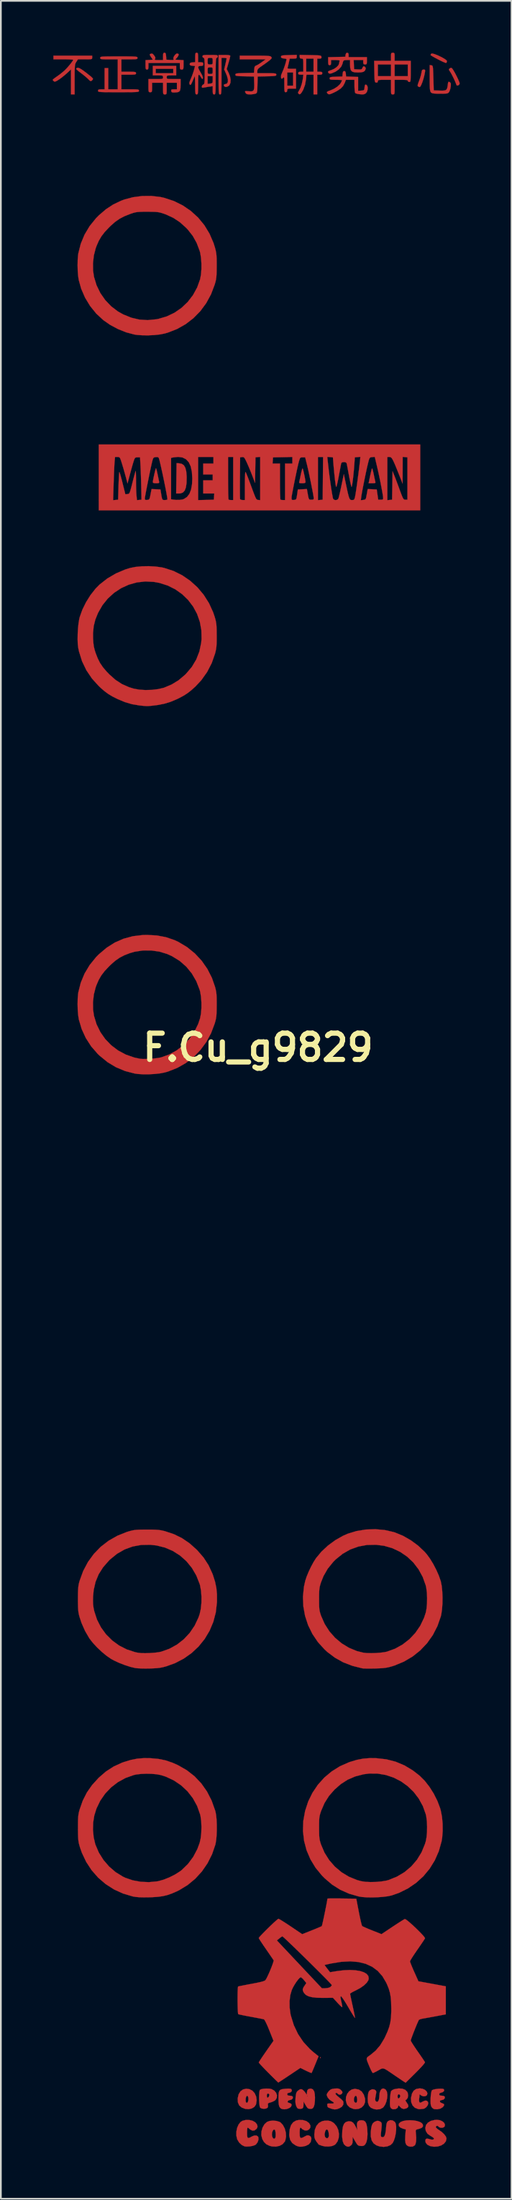
<source format=kicad_pcb>
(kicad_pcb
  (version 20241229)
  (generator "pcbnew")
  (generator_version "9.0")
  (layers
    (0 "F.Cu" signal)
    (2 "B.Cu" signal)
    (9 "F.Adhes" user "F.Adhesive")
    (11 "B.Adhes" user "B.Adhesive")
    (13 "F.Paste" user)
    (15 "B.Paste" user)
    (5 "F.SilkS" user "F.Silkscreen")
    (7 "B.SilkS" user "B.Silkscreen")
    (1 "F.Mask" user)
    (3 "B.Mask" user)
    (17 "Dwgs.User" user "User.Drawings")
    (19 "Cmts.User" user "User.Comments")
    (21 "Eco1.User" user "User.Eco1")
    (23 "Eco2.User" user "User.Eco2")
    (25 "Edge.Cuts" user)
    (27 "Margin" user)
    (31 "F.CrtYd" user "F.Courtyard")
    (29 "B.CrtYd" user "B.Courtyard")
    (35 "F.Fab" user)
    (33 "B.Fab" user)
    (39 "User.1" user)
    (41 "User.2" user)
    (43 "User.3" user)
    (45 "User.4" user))
  (footprint "F.Cu_g9829"
    (layer "F.Cu")
    (at 11.901 57.621)
    (property "Reference" "F.Cu_g9829" (at 0 0 0) (layer "F.SilkS") (effects (font (size 1.524 1.524) (thickness 0.3))))
    (attr through_hole)
    (fp_poly (pts (xy 3.627 58.476) (xy 3.632 58.527) (xy 3.627 58.533) (xy 3.601 58.527) (xy 3.598 58.505) (xy 3.614 58.47) (xy 3.627 58.476)) (stroke (width 0.01) (type solid)) (fill yes) (layer "F.Cu"))
    (fp_poly (pts (xy -4.582 -33.839) (xy -4.42 -33.807) (xy -4.298 -33.724) (xy -4.213 -33.581) (xy -4.16 -33.374) (xy -4.136 -33.093) (xy -4.134 -33.02) (xy -4.142 -32.696) (xy -4.178 -32.447) (xy -4.245 -32.267) (xy -4.345 -32.152) (xy -4.481 -32.096) (xy -4.571 -32.089) (xy -4.743 -32.089) (xy -4.732 -32.967) (xy -4.72 -33.846) (xy -4.582 -33.839)) (stroke (width 0.01) (type solid)) (fill yes) (layer "F.Cu"))
    (fp_poly (pts (xy 6.624 -33.517) (xy 6.653 -33.423) (xy 6.687 -33.28) (xy 6.704 -33.199) (xy 6.74 -33.024) (xy 6.772 -32.875) (xy 6.795 -32.775) (xy 6.8 -32.755) (xy 6.801 -32.711) (xy 6.759 -32.689) (xy 6.655 -32.682) (xy 6.615 -32.681) (xy 6.408 -32.681) (xy 6.495 -33.101) (xy 6.534 -33.28) (xy 6.569 -33.425) (xy 6.596 -33.519) (xy 6.606 -33.544) (xy 6.624 -33.517)) (stroke (width 0.01) (type solid)) (fill yes) (layer "F.Cu"))
    (fp_poly (pts (xy -5.899 -33.524) (xy -5.872 -33.429) (xy -5.839 -33.287) (xy -5.825 -33.222) (xy -5.789 -33.048) (xy -5.758 -32.896) (xy -5.737 -32.793) (xy -5.733 -32.777) (xy -5.729 -32.718) (xy -5.761 -32.69) (xy -5.85 -32.682) (xy -5.905 -32.681) (xy -6.026 -32.688) (xy -6.083 -32.712) (xy -6.095 -32.755) (xy -6.086 -32.83) (xy -6.062 -32.955) (xy -6.03 -33.109) (xy -5.994 -33.269) (xy -5.959 -33.412) (xy -5.931 -33.515) (xy -5.916 -33.553) (xy -5.899 -33.524)) (stroke (width 0.01) (type solid)) (fill yes) (layer "F.Cu"))
    (fp_poly (pts (xy 2.605 -33.486) (xy 2.634 -33.373) (xy 2.668 -33.224) (xy 2.702 -33.062) (xy 2.73 -32.91) (xy 2.748 -32.792) (xy 2.752 -32.744) (xy 2.726 -32.703) (xy 2.64 -32.684) (xy 2.558 -32.681) (xy 2.44 -32.686) (xy 2.388 -32.706) (xy 2.384 -32.748) (xy 2.386 -32.755) (xy 2.404 -32.829) (xy 2.433 -32.962) (xy 2.468 -33.13) (xy 2.482 -33.2) (xy 2.518 -33.359) (xy 2.551 -33.477) (xy 2.577 -33.536) (xy 2.586 -33.538) (xy 2.605 -33.486)) (stroke (width 0.01) (type solid)) (fill yes) (layer "F.Cu"))
    (fp_poly (pts (xy 10.219 -57.541) (xy 10.365 -57.486) (xy 10.525 -57.414) (xy 10.682 -57.334) (xy 10.817 -57.255) (xy 10.912 -57.185) (xy 10.949 -57.133) (xy 10.948 -57.126) (xy 10.925 -57.058) (xy 10.922 -57.041) (xy 10.9 -57.026) (xy 10.828 -57.044) (xy 10.7 -57.099) (xy 10.509 -57.192) (xy 10.414 -57.241) (xy 10.248 -57.329) (xy 10.113 -57.405) (xy 10.025 -57.461) (xy 10 -57.483) (xy 10.017 -57.537) (xy 10.044 -57.565) (xy 10.106 -57.57) (xy 10.219 -57.541)) (stroke (width 0.01) (type solid)) (fill yes) (layer "F.Cu"))
    (fp_poly (pts (xy 9.661 -56.634) (xy 9.684 -56.595) (xy 9.675 -56.501) (xy 9.672 -56.483) (xy 9.63 -56.279) (xy 9.576 -56.077) (xy 9.516 -55.894) (xy 9.456 -55.748) (xy 9.402 -55.653) (xy 9.365 -55.627) (xy 9.306 -55.647) (xy 9.277 -55.664) (xy 9.251 -55.698) (xy 9.254 -55.761) (xy 9.289 -55.872) (xy 9.33 -55.979) (xy 9.392 -56.153) (xy 9.443 -56.329) (xy 9.468 -56.449) (xy 9.49 -56.569) (xy 9.523 -56.626) (xy 9.581 -56.642) (xy 9.596 -56.642) (xy 9.661 -56.634)) (stroke (width 0.01) (type solid)) (fill yes) (layer "F.Cu"))
    (fp_poly (pts (xy -10.404 -56.743) (xy -10.303 -56.698) (xy -10.157 -56.605) (xy -9.962 -56.461) (xy -9.77 -56.309) (xy -9.648 -56.208) (xy -9.582 -56.142) (xy -9.564 -56.097) (xy -9.582 -56.057) (xy -9.597 -56.04) (xy -9.657 -55.983) (xy -9.707 -55.975) (xy -9.772 -56.021) (xy -9.845 -56.095) (xy -9.94 -56.184) (xy -10.077 -56.299) (xy -10.229 -56.418) (xy -10.255 -56.438) (xy -10.386 -56.538) (xy -10.485 -56.622) (xy -10.537 -56.675) (xy -10.541 -56.684) (xy -10.507 -56.725) (xy -10.469 -56.745) (xy -10.404 -56.743)) (stroke (width 0.01) (type solid)) (fill yes) (layer "F.Cu"))
    (fp_poly (pts (xy 11.232 -56.721) (xy 11.271 -56.675) (xy 11.334 -56.579) (xy 11.414 -56.439) (xy 11.498 -56.277) (xy 11.578 -56.114) (xy 11.641 -55.97) (xy 11.678 -55.867) (xy 11.684 -55.837) (xy 11.651 -55.76) (xy 11.617 -55.736) (xy 11.54 -55.714) (xy 11.505 -55.739) (xy 11.487 -55.785) (xy 11.435 -55.919) (xy 11.359 -56.088) (xy 11.273 -56.265) (xy 11.19 -56.421) (xy 11.128 -56.524) (xy 11.07 -56.611) (xy 11.06 -56.659) (xy 11.097 -56.699) (xy 11.115 -56.713) (xy 11.179 -56.746) (xy 11.232 -56.721)) (stroke (width 0.01) (type solid)) (fill yes) (layer "F.Cu"))
    (fp_poly (pts (xy 9.013 62.139) (xy 9.214 62.173) (xy 9.383 62.229) (xy 9.502 62.305) (xy 9.552 62.385) (xy 9.555 62.485) (xy 9.5 62.558) (xy 9.375 62.614) (xy 9.301 62.634) (xy 9.191 62.666) (xy 9.143 62.704) (xy 9.136 62.777) (xy 9.144 62.846) (xy 9.166 63.126) (xy 9.159 63.351) (xy 9.124 63.513) (xy 9.085 63.58) (xy 8.965 63.653) (xy 8.807 63.659) (xy 8.688 63.625) (xy 8.601 63.563) (xy 8.547 63.452) (xy 8.525 63.283) (xy 8.531 63.046) (xy 8.534 63.009) (xy 8.562 62.66) (xy 8.388 62.613) (xy 8.239 62.548) (xy 8.159 62.458) (xy 8.154 62.352) (xy 8.169 62.318) (xy 8.257 62.233) (xy 8.403 62.173) (xy 8.59 62.138) (xy 8.799 62.127) (xy 9.013 62.139)) (stroke (width 0.01) (type solid)) (fill yes) (layer "F.Cu"))
    (fp_poly (pts (xy -0.504 60.326) (xy -0.329 60.415) (xy -0.194 60.564) (xy -0.108 60.755) (xy -0.078 60.969) (xy -0.111 61.188) (xy -0.125 61.23) (xy -0.216 61.358) (xy -0.363 61.447) (xy -0.545 61.487) (xy -0.74 61.472) (xy -0.741 61.471) (xy -0.952 61.39) (xy -1.093 61.265) (xy -1.167 61.09) (xy -1.173 60.95) (xy -0.718 60.95) (xy -0.71 61.054) (xy -0.691 61.102) (xy -0.632 61.122) (xy -0.586 61.068) (xy -0.559 60.95) (xy -0.558 60.941) (xy -0.562 60.817) (xy -0.59 60.735) (xy -0.633 60.71) (xy -0.678 60.749) (xy -0.707 60.835) (xy -0.718 60.95) (xy -1.173 60.95) (xy -1.177 60.861) (xy -1.176 60.854) (xy -1.125 60.627) (xy -1.019 60.454) (xy -0.867 60.344) (xy -0.68 60.303) (xy -0.504 60.326)) (stroke (width 0.01) (type solid)) (fill yes) (layer "F.Cu"))
    (fp_poly (pts (xy 5.627 60.31) (xy 5.839 60.352) (xy 6.008 60.466) (xy 6.131 60.65) (xy 6.203 60.885) (xy 6.202 61.083) (xy 6.132 61.254) (xy 6.005 61.386) (xy 5.835 61.468) (xy 5.635 61.489) (xy 5.524 61.471) (xy 5.323 61.391) (xy 5.186 61.26) (xy 5.143 61.187) (xy 5.088 60.988) (xy 5.09 60.941) (xy 5.554 60.941) (xy 5.572 61.041) (xy 5.596 61.079) (xy 5.668 61.126) (xy 5.716 61.093) (xy 5.736 61.044) (xy 5.747 60.95) (xy 5.736 60.841) (xy 5.71 60.749) (xy 5.674 60.706) (xy 5.671 60.706) (xy 5.609 60.743) (xy 5.568 60.831) (xy 5.554 60.941) (xy 5.09 60.941) (xy 5.097 60.788) (xy 5.164 60.604) (xy 5.277 60.452) (xy 5.43 60.348) (xy 5.612 60.309) (xy 5.627 60.31)) (stroke (width 0.01) (type solid)) (fill yes) (layer "F.Cu"))
    (fp_poly (pts (xy 7.39 60.349) (xy 7.406 60.365) (xy 7.47 60.482) (xy 7.494 60.65) (xy 7.482 60.845) (xy 7.438 61.046) (xy 7.365 61.229) (xy 7.267 61.371) (xy 7.235 61.401) (xy 7.066 61.489) (xy 6.856 61.505) (xy 6.712 61.479) (xy 6.545 61.408) (xy 6.432 61.288) (xy 6.37 61.112) (xy 6.356 60.872) (xy 6.36 60.781) (xy 6.378 60.61) (xy 6.403 60.501) (xy 6.445 60.431) (xy 6.477 60.401) (xy 6.607 60.333) (xy 6.733 60.347) (xy 6.793 60.382) (xy 6.834 60.421) (xy 6.851 60.472) (xy 6.845 60.56) (xy 6.819 60.706) (xy 6.793 60.857) (xy 6.789 60.95) (xy 6.807 61.007) (xy 6.828 61.032) (xy 6.9 61.066) (xy 6.962 61.027) (xy 7.007 60.923) (xy 7.027 60.767) (xy 7.028 60.735) (xy 7.048 60.534) (xy 7.102 60.388) (xy 7.181 60.304) (xy 7.28 60.289) (xy 7.39 60.349)) (stroke (width 0.01) (type solid)) (fill yes) (layer "F.Cu"))
    (fp_poly (pts (xy 1.068 62.168) (xy 1.242 62.221) (xy 1.301 62.255) (xy 1.444 62.407) (xy 1.55 62.611) (xy 1.611 62.845) (xy 1.624 63.081) (xy 1.581 63.297) (xy 1.551 63.366) (xy 1.428 63.511) (xy 1.251 63.61) (xy 1.038 63.657) (xy 0.808 63.646) (xy 0.664 63.608) (xy 0.478 63.518) (xy 0.344 63.388) (xy 0.244 63.209) (xy 0.191 62.999) (xy 0.193 62.949) (xy 0.804 62.949) (xy 0.822 63.077) (xy 0.867 63.166) (xy 0.926 63.203) (xy 0.985 63.174) (xy 0.998 63.157) (xy 1.018 63.076) (xy 1.023 62.953) (xy 1.014 62.821) (xy 0.992 62.716) (xy 0.972 62.678) (xy 0.917 62.665) (xy 0.863 62.718) (xy 0.821 62.818) (xy 0.804 62.946) (xy 0.804 62.949) (xy 0.193 62.949) (xy 0.2 62.771) (xy 0.264 62.549) (xy 0.376 62.357) (xy 0.52 62.226) (xy 0.673 62.169) (xy 0.867 62.15) (xy 1.068 62.168)) (stroke (width 0.01) (type solid)) (fill yes) (layer "F.Cu"))
    (fp_poly (pts (xy 9.542 60.307) (xy 9.676 60.372) (xy 9.772 60.463) (xy 9.815 60.566) (xy 9.792 60.667) (xy 9.779 60.685) (xy 9.686 60.739) (xy 9.563 60.74) (xy 9.448 60.691) (xy 9.433 60.678) (xy 9.376 60.633) (xy 9.357 60.651) (xy 9.356 60.694) (xy 9.348 60.801) (xy 9.333 60.902) (xy 9.33 61.01) (xy 9.35 61.083) (xy 9.388 61.113) (xy 9.449 61.1) (xy 9.54 61.048) (xy 9.678 60.991) (xy 9.786 61.001) (xy 9.85 61.073) (xy 9.864 61.154) (xy 9.831 61.264) (xy 9.749 61.372) (xy 9.646 61.448) (xy 9.573 61.468) (xy 9.473 61.476) (xy 9.433 61.483) (xy 9.349 61.488) (xy 9.274 61.479) (xy 9.09 61.406) (xy 8.955 61.271) (xy 8.877 61.086) (xy 8.862 60.862) (xy 8.867 60.819) (xy 8.922 60.583) (xy 9.018 60.418) (xy 9.159 60.32) (xy 9.352 60.283) (xy 9.383 60.283) (xy 9.542 60.307)) (stroke (width 0.01) (type solid)) (fill yes) (layer "F.Cu"))
    (fp_poly (pts (xy 10.712 60.309) (xy 10.753 60.323) (xy 10.789 60.383) (xy 10.762 60.452) (xy 10.685 60.509) (xy 10.611 60.529) (xy 10.521 60.563) (xy 10.499 60.624) (xy 10.516 60.681) (xy 10.583 60.703) (xy 10.648 60.706) (xy 10.769 60.724) (xy 10.822 60.77) (xy 10.818 60.858) (xy 10.752 60.929) (xy 10.646 60.96) (xy 10.642 60.96) (xy 10.558 60.983) (xy 10.536 61.038) (xy 10.571 61.099) (xy 10.66 61.142) (xy 10.668 61.144) (xy 10.768 61.185) (xy 10.787 61.252) (xy 10.727 61.346) (xy 10.693 61.379) (xy 10.56 61.457) (xy 10.39 61.495) (xy 10.224 61.486) (xy 10.17 61.469) (xy 10.084 61.4) (xy 10.028 61.31) (xy 10.006 61.205) (xy 9.997 61.051) (xy 10 60.873) (xy 10.012 60.693) (xy 10.033 60.535) (xy 10.061 60.424) (xy 10.081 60.389) (xy 10.158 60.354) (xy 10.289 60.325) (xy 10.445 60.306) (xy 10.596 60.3) (xy 10.712 60.309)) (stroke (width 0.01) (type solid)) (fill yes) (layer "F.Cu"))
    (fp_poly (pts (xy 0.65 60.299) (xy 0.776 60.323) (xy 0.936 60.409) (xy 1.045 60.535) (xy 1.097 60.682) (xy 1.086 60.831) (xy 1.015 60.952) (xy 0.92 61.02) (xy 0.786 61.078) (xy 0.74 61.092) (xy 0.625 61.126) (xy 0.575 61.161) (xy 0.571 61.216) (xy 0.577 61.241) (xy 0.577 61.344) (xy 0.55 61.405) (xy 0.464 61.452) (xy 0.339 61.467) (xy 0.213 61.45) (xy 0.124 61.401) (xy 0.122 61.398) (xy 0.096 61.325) (xy 0.077 61.192) (xy 0.066 61.021) (xy 0.061 60.834) (xy 0.064 60.706) (xy 0.508 60.706) (xy 0.524 60.805) (xy 0.566 60.828) (xy 0.623 60.769) (xy 0.635 60.747) (xy 0.661 60.649) (xy 0.621 60.59) (xy 0.569 60.579) (xy 0.521 60.617) (xy 0.508 60.706) (xy 0.064 60.706) (xy 0.065 60.652) (xy 0.077 60.498) (xy 0.096 60.395) (xy 0.11 60.367) (xy 0.192 60.329) (xy 0.328 60.303) (xy 0.49 60.293) (xy 0.65 60.299)) (stroke (width 0.01) (type solid)) (fill yes) (layer "F.Cu"))
    (fp_poly (pts (xy 1.883 60.306) (xy 1.928 60.327) (xy 1.963 60.397) (xy 1.935 60.472) (xy 1.86 60.526) (xy 1.798 60.537) (xy 1.715 60.557) (xy 1.693 60.621) (xy 1.71 60.679) (xy 1.774 60.703) (xy 1.843 60.706) (xy 1.964 60.724) (xy 2.017 60.77) (xy 2.012 60.858) (xy 1.947 60.93) (xy 1.843 60.96) (xy 1.841 60.96) (xy 1.765 60.982) (xy 1.717 61.032) (xy 1.715 61.084) (xy 1.747 61.106) (xy 1.869 61.147) (xy 1.928 61.185) (xy 1.947 61.237) (xy 1.947 61.254) (xy 1.909 61.346) (xy 1.81 61.422) (xy 1.674 61.476) (xy 1.525 61.497) (xy 1.386 61.477) (xy 1.368 61.47) (xy 1.285 61.416) (xy 1.23 61.33) (xy 1.199 61.196) (xy 1.186 60.999) (xy 1.185 60.902) (xy 1.188 60.675) (xy 1.203 60.519) (xy 1.239 60.418) (xy 1.305 60.359) (xy 1.41 60.326) (xy 1.564 60.307) (xy 1.566 60.307) (xy 1.761 60.295) (xy 1.883 60.306)) (stroke (width 0.01) (type solid)) (fill yes) (layer "F.Cu"))
    (fp_poly (pts (xy 2.602 62.118) (xy 2.803 62.179) (xy 2.951 62.289) (xy 2.963 62.302) (xy 3.037 62.437) (xy 3.03 62.558) (xy 2.959 62.658) (xy 2.844 62.719) (xy 2.707 62.717) (xy 2.578 62.655) (xy 2.535 62.613) (xy 2.479 62.56) (xy 2.443 62.565) (xy 2.422 62.637) (xy 2.414 62.782) (xy 2.413 62.872) (xy 2.419 63.042) (xy 2.444 63.135) (xy 2.5 63.161) (xy 2.601 63.126) (xy 2.707 63.068) (xy 2.82 63.011) (xy 2.901 62.999) (xy 2.98 63.025) (xy 3.06 63.082) (xy 3.089 63.174) (xy 3.09 63.218) (xy 3.052 63.391) (xy 2.942 63.525) (xy 2.766 63.613) (xy 2.734 63.622) (xy 2.548 63.66) (xy 2.405 63.662) (xy 2.27 63.626) (xy 2.171 63.581) (xy 1.982 63.448) (xy 1.863 63.269) (xy 1.812 63.04) (xy 1.809 62.955) (xy 1.836 62.651) (xy 1.91 62.416) (xy 2.033 62.248) (xy 2.206 62.146) (xy 2.364 62.113) (xy 2.602 62.118)) (stroke (width 0.01) (type solid)) (fill yes) (layer "F.Cu"))
    (fp_poly (pts (xy 6.122 62.147) (xy 6.215 62.212) (xy 6.278 62.333) (xy 6.318 62.521) (xy 6.33 62.632) (xy 6.344 62.935) (xy 6.326 63.195) (xy 6.279 63.4) (xy 6.215 63.521) (xy 6.142 63.594) (xy 6.053 63.62) (xy 5.954 63.619) (xy 5.86 63.607) (xy 5.792 63.577) (xy 5.731 63.511) (xy 5.657 63.392) (xy 5.631 63.349) (xy 5.482 63.092) (xy 5.482 63.3) (xy 5.473 63.441) (xy 5.438 63.531) (xy 5.382 63.588) (xy 5.283 63.653) (xy 5.195 63.661) (xy 5.08 63.615) (xy 4.976 63.515) (xy 4.907 63.343) (xy 4.875 63.103) (xy 4.873 63.013) (xy 4.885 62.715) (xy 4.921 62.491) (xy 4.985 62.334) (xy 5.082 62.237) (xy 5.215 62.193) (xy 5.293 62.188) (xy 5.413 62.208) (xy 5.514 62.275) (xy 5.608 62.403) (xy 5.696 62.576) (xy 5.76 62.717) (xy 5.735 62.505) (xy 5.732 62.322) (xy 5.776 62.203) (xy 5.874 62.142) (xy 5.991 62.128) (xy 6.122 62.147)) (stroke (width 0.01) (type solid)) (fill yes) (layer "F.Cu"))
    (fp_poly (pts (xy -0.507 62.113) (xy -0.317 62.159) (xy -0.162 62.246) (xy -0.062 62.367) (xy -0.05 62.396) (xy -0.028 62.501) (xy -0.061 62.589) (xy -0.091 62.63) (xy -0.204 62.719) (xy -0.333 62.728) (xy -0.464 62.658) (xy -0.486 62.637) (xy -0.56 62.575) (xy -0.608 62.557) (xy -0.611 62.559) (xy -0.623 62.61) (xy -0.632 62.722) (xy -0.635 62.871) (xy -0.635 62.872) (xy -0.63 63.041) (xy -0.606 63.134) (xy -0.552 63.159) (xy -0.458 63.126) (xy -0.362 63.072) (xy -0.214 63.013) (xy -0.087 63.015) (xy -0.000052 63.076) (xy 0.021 63.12) (xy 0.026 63.257) (xy -0.025 63.404) (xy -0.117 63.526) (xy -0.175 63.567) (xy -0.313 63.614) (xy -0.489 63.645) (xy -0.663 63.655) (xy -0.783 63.641) (xy -0.945 63.56) (xy -1.093 63.421) (xy -1.199 63.248) (xy -1.209 63.225) (xy -1.257 63.015) (xy -1.256 62.79) (xy -1.211 62.571) (xy -1.128 62.377) (xy -1.013 62.231) (xy -0.909 62.163) (xy -0.711 62.112) (xy -0.507 62.113)) (stroke (width 0.01) (type solid)) (fill yes) (layer "F.Cu"))
    (fp_poly (pts (xy 4.211 62.181) (xy 4.351 62.261) (xy 4.42 62.317) (xy 4.561 62.488) (xy 4.651 62.695) (xy 4.69 62.92) (xy 4.677 63.143) (xy 4.613 63.346) (xy 4.497 63.509) (xy 4.427 63.566) (xy 4.284 63.623) (xy 4.096 63.651) (xy 3.896 63.648) (xy 3.718 63.612) (xy 3.704 63.607) (xy 3.598 63.568) (xy 3.533 63.545) (xy 3.525 63.543) (xy 3.496 63.512) (xy 3.435 63.432) (xy 3.387 63.367) (xy 3.308 63.24) (xy 3.27 63.119) (xy 3.261 62.96) (xy 3.261 62.954) (xy 3.263 62.937) (xy 3.855 62.937) (xy 3.879 63.08) (xy 3.92 63.139) (xy 3.999 63.176) (xy 4.066 63.142) (xy 4.104 63.05) (xy 4.106 63.013) (xy 4.093 62.847) (xy 4.059 62.728) (xy 4.01 62.665) (xy 3.955 62.667) (xy 3.902 62.742) (xy 3.894 62.762) (xy 3.855 62.937) (xy 3.263 62.937) (xy 3.292 62.682) (xy 3.381 62.458) (xy 3.521 62.29) (xy 3.707 62.185) (xy 3.849 62.155) (xy 4.054 62.149) (xy 4.211 62.181)) (stroke (width 0.01) (type solid)) (fill yes) (layer "F.Cu"))
    (fp_poly (pts (xy 7.807 62.143) (xy 7.931 62.227) (xy 7.981 62.327) (xy 8.005 62.486) (xy 8.003 62.684) (xy 7.979 62.901) (xy 7.934 63.116) (xy 7.871 63.309) (xy 7.801 63.445) (xy 7.674 63.567) (xy 7.493 63.643) (xy 7.279 63.671) (xy 7.052 63.647) (xy 6.867 63.585) (xy 6.697 63.469) (xy 6.586 63.299) (xy 6.533 63.071) (xy 6.534 62.799) (xy 6.56 62.573) (xy 6.597 62.414) (xy 6.652 62.307) (xy 6.732 62.234) (xy 6.788 62.204) (xy 6.895 62.162) (xy 6.978 62.164) (xy 7.053 62.194) (xy 7.11 62.226) (xy 7.147 62.265) (xy 7.165 62.326) (xy 7.167 62.426) (xy 7.155 62.58) (xy 7.132 62.79) (xy 7.118 62.944) (xy 7.119 63.035) (xy 7.138 63.082) (xy 7.173 63.103) (xy 7.26 63.107) (xy 7.327 63.043) (xy 7.376 62.904) (xy 7.408 62.688) (xy 7.414 62.623) (xy 7.431 62.437) (xy 7.452 62.315) (xy 7.483 62.238) (xy 7.529 62.185) (xy 7.539 62.176) (xy 7.667 62.122) (xy 7.807 62.143)) (stroke (width 0.01) (type solid)) (fill yes) (layer "F.Cu"))
    (fp_poly (pts (xy 10.044 -56.888) (xy 10.078 -56.881) (xy 10.104 -56.861) (xy 10.122 -56.817) (xy 10.135 -56.737) (xy 10.144 -56.609) (xy 10.152 -56.42) (xy 10.16 -56.159) (xy 10.16 -56.155) (xy 10.181 -55.435) (xy 10.524 -55.423) (xy 10.719 -55.421) (xy 10.846 -55.438) (xy 10.922 -55.486) (xy 10.965 -55.577) (xy 10.99 -55.723) (xy 10.993 -55.747) (xy 11.01 -55.871) (xy 11.032 -55.928) (xy 11.068 -55.932) (xy 11.102 -55.917) (xy 11.153 -55.875) (xy 11.172 -55.807) (xy 11.168 -55.684) (xy 11.166 -55.667) (xy 11.139 -55.519) (xy 11.095 -55.39) (xy 11.076 -55.353) (xy 11.041 -55.306) (xy 10.999 -55.274) (xy 10.933 -55.256) (xy 10.826 -55.248) (xy 10.66 -55.245) (xy 10.547 -55.245) (xy 10.337 -55.247) (xy 10.195 -55.255) (xy 10.104 -55.27) (xy 10.047 -55.296) (xy 10.018 -55.322) (xy 9.993 -55.362) (xy 9.974 -55.423) (xy 9.961 -55.519) (xy 9.953 -55.661) (xy 9.949 -55.862) (xy 9.948 -56.135) (xy 9.948 -56.151) (xy 9.948 -56.902) (xy 10.044 -56.888)) (stroke (width 0.01) (type solid)) (fill yes) (layer "F.Cu"))
    (fp_poly (pts (xy 8.361 60.3) (xy 8.53 60.367) (xy 8.645 60.482) (xy 8.675 60.548) (xy 8.697 60.696) (xy 8.673 60.831) (xy 8.608 60.925) (xy 8.574 60.944) (xy 8.542 60.971) (xy 8.559 61.025) (xy 8.616 61.106) (xy 8.699 61.24) (xy 8.711 61.338) (xy 8.65 61.411) (xy 8.584 61.445) (xy 8.44 61.476) (xy 8.316 61.434) (xy 8.203 61.325) (xy 8.149 61.271) (xy 8.129 61.287) (xy 8.128 61.299) (xy 8.089 61.406) (xy 7.99 61.475) (xy 7.854 61.494) (xy 7.776 61.481) (xy 7.703 61.429) (xy 7.662 61.361) (xy 7.647 61.27) (xy 7.643 61.122) (xy 7.647 60.942) (xy 7.659 60.756) (xy 7.66 60.748) (xy 8.086 60.748) (xy 8.101 60.849) (xy 8.144 60.87) (xy 8.212 60.812) (xy 8.244 60.728) (xy 8.219 60.653) (xy 8.15 60.621) (xy 8.099 60.657) (xy 8.086 60.748) (xy 7.66 60.748) (xy 7.677 60.592) (xy 7.7 60.474) (xy 7.711 60.443) (xy 7.774 60.385) (xy 7.882 60.335) (xy 7.906 60.327) (xy 8.149 60.286) (xy 8.361 60.3)) (stroke (width 0.01) (type solid)) (fill yes) (layer "F.Cu"))
    (fp_poly (pts (xy 10.537 62.126) (xy 10.677 62.188) (xy 10.78 62.274) (xy 10.831 62.373) (xy 10.82 62.473) (xy 10.787 62.518) (xy 10.698 62.561) (xy 10.586 62.564) (xy 10.492 62.529) (xy 10.464 62.499) (xy 10.398 62.45) (xy 10.352 62.456) (xy 10.298 62.504) (xy 10.323 62.572) (xy 10.426 62.656) (xy 10.456 62.675) (xy 10.64 62.803) (xy 10.788 62.942) (xy 10.887 63.076) (xy 10.922 63.189) (xy 10.883 63.349) (xy 10.777 63.483) (xy 10.618 63.585) (xy 10.422 63.647) (xy 10.204 63.664) (xy 9.979 63.627) (xy 9.976 63.626) (xy 9.814 63.547) (xy 9.718 63.433) (xy 9.694 63.328) (xy 9.712 63.23) (xy 9.774 63.192) (xy 9.889 63.207) (xy 9.953 63.227) (xy 10.073 63.253) (xy 10.16 63.244) (xy 10.195 63.203) (xy 10.184 63.165) (xy 10.13 63.117) (xy 10.031 63.055) (xy 9.994 63.036) (xy 9.82 62.911) (xy 9.721 62.749) (xy 9.694 62.578) (xy 9.733 62.406) (xy 9.843 62.267) (xy 10.013 62.166) (xy 10.235 62.111) (xy 10.371 62.103) (xy 10.537 62.126)) (stroke (width 0.01) (type solid)) (fill yes) (layer "F.Cu"))
    (fp_poly (pts (xy 4.694 60.304) (xy 4.775 60.353) (xy 4.8 60.373) (xy 4.883 60.471) (xy 4.888 60.546) (xy 4.825 60.623) (xy 4.734 60.651) (xy 4.65 60.623) (xy 4.634 60.605) (xy 4.567 60.547) (xy 4.51 60.545) (xy 4.487 60.594) (xy 4.519 60.648) (xy 4.602 60.73) (xy 4.709 60.817) (xy 4.826 60.914) (xy 4.912 61.003) (xy 4.946 61.059) (xy 4.942 61.218) (xy 4.862 61.343) (xy 4.729 61.427) (xy 4.568 61.489) (xy 4.433 61.502) (xy 4.283 61.47) (xy 4.22 61.449) (xy 4.104 61.406) (xy 4.045 61.371) (xy 4.022 61.323) (xy 4.012 61.254) (xy 4.011 61.192) (xy 4.041 61.164) (xy 4.121 61.159) (xy 4.202 61.163) (xy 4.339 61.161) (xy 4.397 61.134) (xy 4.374 61.087) (xy 4.27 61.022) (xy 4.261 61.018) (xy 4.134 60.928) (xy 4.033 60.804) (xy 3.982 60.677) (xy 3.979 60.647) (xy 4.006 60.575) (xy 4.073 60.478) (xy 4.099 60.446) (xy 4.188 60.363) (xy 4.286 60.317) (xy 4.428 60.295) (xy 4.451 60.293) (xy 4.597 60.287) (xy 4.694 60.304)) (stroke (width 0.01) (type solid)) (fill yes) (layer "F.Cu"))
    (fp_poly (pts (xy -9.61 -57.34) (xy -9.612 -57.292) (xy -9.631 -57.261) (xy -9.681 -57.244) (xy -9.778 -57.236) (xy -9.938 -57.234) (xy -10.022 -57.234) (xy -10.435 -57.234) (xy -10.53 -57.087) (xy -10.563 -57.033) (xy -10.587 -56.977) (xy -10.604 -56.905) (xy -10.615 -56.806) (xy -10.621 -56.666) (xy -10.625 -56.472) (xy -10.626 -56.212) (xy -10.626 -56.071) (xy -10.626 -55.203) (xy -10.837 -55.203) (xy -10.837 -56.654) (xy -11.06 -56.444) (xy -11.218 -56.305) (xy -11.398 -56.163) (xy -11.525 -56.072) (xy -11.66 -55.987) (xy -11.746 -55.948) (xy -11.803 -55.947) (xy -11.832 -55.964) (xy -11.885 -56.022) (xy -11.896 -56.049) (xy -11.863 -56.086) (xy -11.777 -56.154) (xy -11.657 -56.238) (xy -11.655 -56.239) (xy -11.487 -56.36) (xy -11.311 -56.502) (xy -11.208 -56.592) (xy -11.097 -56.704) (xy -10.978 -56.837) (xy -10.866 -56.972) (xy -10.775 -57.092) (xy -10.72 -57.18) (xy -10.71 -57.209) (xy -10.75 -57.218) (xy -10.859 -57.226) (xy -11.022 -57.232) (xy -11.223 -57.235) (xy -11.282 -57.235) (xy -11.853 -57.235) (xy -11.853 -57.446) (xy -9.61 -57.446) (xy -9.61 -57.34)) (stroke (width 0.01) (type solid)) (fill yes) (layer "F.Cu"))
    (fp_poly (pts (xy 3.174 60.337) (xy 3.253 60.451) (xy 3.255 60.458) (xy 3.287 60.609) (xy 3.3 60.806) (xy 3.295 61.015) (xy 3.273 61.203) (xy 3.241 61.321) (xy 3.188 61.42) (xy 3.121 61.461) (xy 3.03 61.468) (xy 2.94 61.46) (xy 2.876 61.426) (xy 2.813 61.346) (xy 2.758 61.254) (xy 2.636 61.04) (xy 2.636 61.207) (xy 2.627 61.352) (xy 2.588 61.432) (xy 2.507 61.464) (xy 2.43 61.468) (xy 2.329 61.458) (xy 2.268 61.413) (xy 2.215 61.309) (xy 2.178 61.185) (xy 2.165 61.035) (xy 2.174 60.833) (xy 2.186 60.727) (xy 2.836 60.727) (xy 2.857 60.748) (xy 2.879 60.727) (xy 2.857 60.706) (xy 2.836 60.727) (xy 2.186 60.727) (xy 2.193 60.661) (xy 2.218 60.549) (xy 2.258 60.473) (xy 2.309 60.42) (xy 2.405 60.354) (xy 2.489 60.325) (xy 2.493 60.325) (xy 2.581 60.36) (xy 2.682 60.452) (xy 2.776 60.581) (xy 2.787 60.6) (xy 2.817 60.645) (xy 2.831 60.625) (xy 2.835 60.531) (xy 2.835 60.528) (xy 2.853 60.402) (xy 2.912 60.33) (xy 2.925 60.323) (xy 3.058 60.291) (xy 3.174 60.337)) (stroke (width 0.01) (type solid)) (fill yes) (layer "F.Cu"))
    (fp_poly (pts (xy -1.766 -57.485) (xy -1.658 -57.471) (xy -1.612 -57.446) (xy -1.609 -57.434) (xy -1.62 -57.37) (xy -1.65 -57.247) (xy -1.693 -57.089) (xy -1.712 -57.024) (xy -1.815 -56.67) (xy -1.704 -56.455) (xy -1.623 -56.248) (xy -1.588 -56.047) (xy -1.6 -55.87) (xy -1.659 -55.737) (xy -1.691 -55.704) (xy -1.792 -55.648) (xy -1.88 -55.635) (xy -1.952 -55.669) (xy -1.983 -55.727) (xy -1.967 -55.779) (xy -1.917 -55.795) (xy -1.806 -55.827) (xy -1.748 -55.92) (xy -1.745 -56.068) (xy -1.796 -56.266) (xy -1.849 -56.396) (xy -1.961 -56.648) (xy -1.89 -56.952) (xy -1.856 -57.104) (xy -1.831 -57.222) (xy -1.82 -57.285) (xy -1.82 -57.288) (xy -1.857 -57.309) (xy -1.949 -57.319) (xy -1.968 -57.319) (xy -2.117 -57.319) (xy -2.117 -56.261) (xy -2.117 -55.935) (xy -2.118 -55.684) (xy -2.121 -55.498) (xy -2.127 -55.367) (xy -2.135 -55.282) (xy -2.148 -55.233) (xy -2.166 -55.21) (xy -2.189 -55.203) (xy -2.201 -55.203) (xy -2.227 -55.205) (xy -2.246 -55.22) (xy -2.261 -55.255) (xy -2.272 -55.321) (xy -2.279 -55.426) (xy -2.283 -55.581) (xy -2.285 -55.794) (xy -2.286 -56.075) (xy -2.286 -56.346) (xy -2.286 -57.489) (xy -1.947 -57.489) (xy -1.766 -57.485)) (stroke (width 0.01) (type solid)) (fill yes) (layer "F.Cu"))
    (fp_poly (pts (xy 3.037 -57.479) (xy 3.279 -57.474) (xy 3.449 -57.468) (xy 3.56 -57.459) (xy 3.626 -57.445) (xy 3.659 -57.424) (xy 3.672 -57.393) (xy 3.675 -57.372) (xy 3.672 -57.305) (xy 3.62 -57.28) (xy 3.559 -57.277) (xy 3.429 -57.277) (xy 3.429 -56.515) (xy 3.577 -56.515) (xy 3.679 -56.506) (xy 3.72 -56.469) (xy 3.725 -56.43) (xy 3.709 -56.372) (xy 3.644 -56.348) (xy 3.577 -56.346) (xy 3.429 -56.346) (xy 3.429 -55.203) (xy 3.217 -55.203) (xy 3.217 -56.346) (xy 2.806 -56.346) (xy 2.781 -56.077) (xy 2.724 -55.76) (xy 2.62 -55.475) (xy 2.53 -55.319) (xy 2.458 -55.229) (xy 2.403 -55.208) (xy 2.343 -55.247) (xy 2.339 -55.252) (xy 2.316 -55.307) (xy 2.353 -55.389) (xy 2.367 -55.41) (xy 2.458 -55.581) (xy 2.535 -55.807) (xy 2.59 -56.06) (xy 2.599 -56.123) (xy 2.628 -56.346) (xy 2.478 -56.346) (xy 2.375 -56.355) (xy 2.333 -56.391) (xy 2.328 -56.43) (xy 2.345 -56.489) (xy 2.41 -56.512) (xy 2.477 -56.515) (xy 2.625 -56.515) (xy 2.625 -56.896) (xy 2.624 -57.076) (xy 2.618 -57.188) (xy 2.604 -57.248) (xy 2.575 -57.272) (xy 2.528 -57.277) (xy 2.519 -57.277) (xy 2.794 -57.277) (xy 2.794 -56.515) (xy 3.217 -56.515) (xy 3.217 -57.277) (xy 2.794 -57.277) (xy 2.519 -57.277) (xy 2.439 -57.294) (xy 2.414 -57.362) (xy 2.413 -57.384) (xy 2.413 -57.491) (xy 3.037 -57.479)) (stroke (width 0.01) (type solid)) (fill yes) (layer "F.Cu"))
    (fp_poly (pts (xy 2.244 -57.384) (xy 2.237 -57.32) (xy 2.201 -57.288) (xy 2.114 -57.278) (xy 2.04 -57.277) (xy 1.837 -57.277) (xy 1.783 -57.034) (xy 1.75 -56.893) (xy 1.722 -56.782) (xy 1.708 -56.737) (xy 1.72 -56.706) (xy 1.795 -56.689) (xy 1.943 -56.684) (xy 2.201 -56.684) (xy 2.201 -55.541) (xy 1.947 -55.541) (xy 1.807 -55.539) (xy 1.731 -55.527) (xy 1.699 -55.496) (xy 1.693 -55.439) (xy 1.693 -55.435) (xy 1.673 -55.353) (xy 1.609 -55.33) (xy 1.571 -55.335) (xy 1.547 -55.362) (xy 1.533 -55.424) (xy 1.526 -55.537) (xy 1.524 -55.715) (xy 1.524 -55.781) (xy 1.523 -55.98) (xy 1.52 -56.106) (xy 1.511 -56.173) (xy 1.493 -56.192) (xy 1.464 -56.177) (xy 1.441 -56.157) (xy 1.38 -56.109) (xy 1.35 -56.127) (xy 1.332 -56.188) (xy 1.339 -56.319) (xy 1.4 -56.473) (xy 1.693 -56.473) (xy 1.693 -55.711) (xy 2.032 -55.711) (xy 2.032 -56.473) (xy 1.693 -56.473) (xy 1.4 -56.473) (xy 1.411 -56.501) (xy 1.412 -56.502) (xy 1.465 -56.624) (xy 1.524 -56.784) (xy 1.58 -56.954) (xy 1.624 -57.109) (xy 1.649 -57.222) (xy 1.651 -57.249) (xy 1.614 -57.267) (xy 1.521 -57.282) (xy 1.492 -57.285) (xy 1.384 -57.304) (xy 1.339 -57.344) (xy 1.333 -57.383) (xy 1.339 -57.42) (xy 1.367 -57.446) (xy 1.431 -57.461) (xy 1.547 -57.471) (xy 1.728 -57.478) (xy 1.789 -57.48) (xy 2.244 -57.492) (xy 2.244 -57.384)) (stroke (width 0.01) (type solid)) (fill yes) (layer "F.Cu"))
    (fp_poly (pts (xy -5.369 -57.601) (xy -5.341 -57.544) (xy -5.326 -57.424) (xy -5.326 -57.415) (xy -5.313 -57.214) (xy -5.08 -57.2) (xy -4.948 -57.197) (xy -4.89 -57.207) (xy -4.893 -57.233) (xy -4.897 -57.238) (xy -4.91 -57.303) (xy -4.876 -57.396) (xy -4.814 -57.49) (xy -4.739 -57.557) (xy -4.691 -57.573) (xy -4.61 -57.55) (xy -4.599 -57.485) (xy -4.658 -57.38) (xy -4.681 -57.35) (xy -4.797 -57.214) (xy -4.557 -57.201) (xy -4.318 -57.188) (xy -4.318 -56.915) (xy -4.32 -56.768) (xy -4.331 -56.686) (xy -4.357 -56.651) (xy -4.408 -56.642) (xy -4.424 -56.642) (xy -4.489 -56.65) (xy -4.52 -56.689) (xy -4.529 -56.781) (xy -4.53 -56.833) (xy -4.53 -57.023) (xy -6.35 -57.023) (xy -6.35 -56.833) (xy -6.356 -56.713) (xy -6.379 -56.657) (xy -6.429 -56.642) (xy -6.435 -56.642) (xy -6.481 -56.651) (xy -6.506 -56.689) (xy -6.517 -56.776) (xy -6.519 -56.915) (xy -6.519 -57.188) (xy -6.307 -57.201) (xy -6.094 -57.214) (xy -6.2 -57.368) (xy -6.261 -57.467) (xy -6.275 -57.519) (xy -6.244 -57.546) (xy -6.239 -57.548) (xy -6.157 -57.57) (xy -6.095 -57.546) (xy -6.025 -57.465) (xy -6.01 -57.445) (xy -5.953 -57.35) (xy -5.95 -57.286) (xy -5.97 -57.254) (xy -5.988 -57.22) (xy -5.959 -57.201) (xy -5.87 -57.194) (xy -5.763 -57.192) (xy -5.503 -57.192) (xy -5.503 -57.404) (xy -5.499 -57.531) (xy -5.48 -57.595) (xy -5.438 -57.615) (xy -5.421 -57.616) (xy -5.369 -57.601)) (stroke (width 0.01) (type solid)) (fill yes) (layer "F.Cu"))
    (fp_poly (pts (xy 7.871 -57.61) (xy 7.903 -57.578) (xy 7.915 -57.499) (xy 7.916 -57.383) (xy 7.916 -57.15) (xy 8.848 -57.15) (xy 8.848 -56.536) (xy 8.847 -56.297) (xy 8.844 -56.129) (xy 8.837 -56.021) (xy 8.824 -55.959) (xy 8.804 -55.93) (xy 8.774 -55.923) (xy 8.763 -55.922) (xy 8.694 -55.949) (xy 8.678 -55.986) (xy 8.663 -56.017) (xy 8.609 -56.036) (xy 8.501 -56.046) (xy 8.325 -56.049) (xy 8.297 -56.049) (xy 7.916 -56.049) (xy 7.916 -55.626) (xy 7.916 -55.434) (xy 7.911 -55.311) (xy 7.899 -55.242) (xy 7.875 -55.211) (xy 7.836 -55.203) (xy 7.811 -55.203) (xy 7.762 -55.205) (xy 7.732 -55.223) (xy 7.714 -55.272) (xy 7.707 -55.368) (xy 7.705 -55.525) (xy 7.705 -55.626) (xy 7.705 -56.049) (xy 7.324 -56.049) (xy 7.143 -56.048) (xy 7.031 -56.042) (xy 6.97 -56.026) (xy 6.947 -55.998) (xy 6.943 -55.962) (xy 6.922 -55.896) (xy 6.849 -55.887) (xy 6.847 -55.888) (xy 6.811 -55.896) (xy 6.784 -55.917) (xy 6.767 -55.965) (xy 6.755 -56.051) (xy 6.748 -56.189) (xy 6.743 -56.393) (xy 6.74 -56.526) (xy 6.733 -56.938) (xy 6.943 -56.938) (xy 6.943 -56.261) (xy 7.705 -56.261) (xy 7.705 -56.938) (xy 7.916 -56.938) (xy 7.916 -56.261) (xy 8.678 -56.261) (xy 8.678 -56.938) (xy 7.916 -56.938) (xy 7.705 -56.938) (xy 6.943 -56.938) (xy 6.733 -56.938) (xy 6.729 -57.15) (xy 7.705 -57.15) (xy 7.705 -57.383) (xy 7.707 -57.516) (xy 7.722 -57.586) (xy 7.758 -57.612) (xy 7.811 -57.616) (xy 7.871 -57.61)) (stroke (width 0.01) (type solid)) (fill yes) (layer "F.Cu"))
    (fp_poly (pts (xy 5.052 -56.536) (xy 5.081 -56.46) (xy 5.088 -56.399) (xy 5.101 -56.24) (xy 5.45 -56.228) (xy 5.8 -56.215) (xy 5.8 -55.409) (xy 5.98 -55.422) (xy 6.093 -55.435) (xy 6.147 -55.467) (xy 6.167 -55.543) (xy 6.172 -55.611) (xy 6.186 -55.721) (xy 6.214 -55.766) (xy 6.267 -55.765) (xy 6.268 -55.765) (xy 6.327 -55.71) (xy 6.354 -55.606) (xy 6.348 -55.479) (xy 6.311 -55.356) (xy 6.261 -55.283) (xy 6.196 -55.232) (xy 6.116 -55.208) (xy 5.993 -55.207) (xy 5.919 -55.211) (xy 5.755 -55.233) (xy 5.652 -55.269) (xy 5.628 -55.29) (xy 5.61 -55.359) (xy 5.596 -55.488) (xy 5.589 -55.652) (xy 5.589 -55.7) (xy 5.588 -56.049) (xy 5.092 -56.049) (xy 5.019 -55.86) (xy 4.927 -55.687) (xy 4.784 -55.539) (xy 4.578 -55.402) (xy 4.424 -55.323) (xy 4.266 -55.251) (xy 4.164 -55.214) (xy 4.099 -55.21) (xy 4.051 -55.234) (xy 4.03 -55.253) (xy 3.988 -55.309) (xy 4 -55.352) (xy 4.076 -55.394) (xy 4.188 -55.434) (xy 4.403 -55.528) (xy 4.596 -55.652) (xy 4.744 -55.791) (xy 4.803 -55.877) (xy 4.848 -55.969) (xy 4.868 -56.024) (xy 4.868 -56.026) (xy 4.829 -56.037) (xy 4.725 -56.045) (xy 4.575 -56.049) (xy 4.508 -56.049) (xy 4.333 -56.051) (xy 4.226 -56.058) (xy 4.171 -56.075) (xy 4.151 -56.106) (xy 4.149 -56.132) (xy 4.156 -56.173) (xy 4.19 -56.198) (xy 4.266 -56.214) (xy 4.4 -56.223) (xy 4.519 -56.228) (xy 4.889 -56.24) (xy 4.903 -56.399) (xy 4.922 -56.508) (xy 4.964 -56.553) (xy 4.995 -56.557) (xy 5.052 -56.536)) (stroke (width 0.01) (type solid)) (fill yes) (layer "F.Cu"))
    (fp_poly (pts (xy -3.51 -57.607) (xy -3.485 -57.569) (xy -3.474 -57.482) (xy -3.471 -57.34) (xy -3.471 -57.065) (xy -3.323 -57.065) (xy -3.223 -57.057) (xy -3.182 -57.022) (xy -3.175 -56.959) (xy -3.186 -56.888) (xy -3.236 -56.859) (xy -3.323 -56.854) (xy -3.42 -56.842) (xy -3.465 -56.801) (xy -3.457 -56.72) (xy -3.396 -56.59) (xy -3.319 -56.461) (xy -3.229 -56.295) (xy -3.193 -56.181) (xy -3.197 -56.143) (xy -3.224 -56.095) (xy -3.254 -56.118) (xy -3.274 -56.15) (xy -3.347 -56.265) (xy -3.399 -56.333) (xy -3.434 -56.346) (xy -3.455 -56.299) (xy -3.465 -56.184) (xy -3.469 -55.996) (xy -3.47 -55.806) (xy -3.471 -55.569) (xy -3.475 -55.404) (xy -3.482 -55.297) (xy -3.496 -55.237) (xy -3.517 -55.21) (xy -3.548 -55.203) (xy -3.556 -55.203) (xy -3.59 -55.207) (xy -3.614 -55.23) (xy -3.629 -55.285) (xy -3.638 -55.385) (xy -3.642 -55.543) (xy -3.644 -55.764) (xy -3.647 -55.964) (xy -3.652 -56.123) (xy -3.659 -56.227) (xy -3.668 -56.265) (xy -3.67 -56.261) (xy -3.698 -56.19) (xy -3.749 -56.07) (xy -3.799 -55.954) (xy -3.86 -55.824) (xy -3.9 -55.761) (xy -3.932 -55.755) (xy -3.958 -55.781) (xy -3.98 -55.835) (xy -3.972 -55.91) (xy -3.929 -56.027) (xy -3.892 -56.111) (xy -3.817 -56.293) (xy -3.748 -56.49) (xy -3.712 -56.609) (xy -3.65 -56.849) (xy -3.804 -56.862) (xy -3.91 -56.881) (xy -3.953 -56.924) (xy -3.958 -56.959) (xy -3.94 -57.019) (xy -3.871 -57.048) (xy -3.799 -57.057) (xy -3.641 -57.07) (xy -3.641 -57.343) (xy -3.638 -57.491) (xy -3.626 -57.573) (xy -3.599 -57.609) (xy -3.556 -57.616) (xy -3.51 -57.607)) (stroke (width 0.01) (type solid)) (fill yes) (layer "F.Cu"))
    (fp_poly (pts (xy -4.741 -56.303) (xy -5.016 -56.303) (xy -5.164 -56.301) (xy -5.247 -56.291) (xy -5.283 -56.265) (xy -5.292 -56.215) (xy -5.292 -56.197) (xy -5.289 -56.148) (xy -5.27 -56.118) (xy -5.219 -56.101) (xy -5.12 -56.093) (xy -4.958 -56.092) (xy -4.889 -56.092) (xy -4.487 -56.092) (xy -4.487 -55.758) (xy -4.493 -55.563) (xy -4.517 -55.436) (xy -4.571 -55.363) (xy -4.667 -55.328) (xy -4.813 -55.316) (xy -4.937 -55.316) (xy -5 -55.334) (xy -5.026 -55.38) (xy -5.03 -55.404) (xy -5.029 -55.465) (xy -4.99 -55.492) (xy -4.89 -55.499) (xy -4.871 -55.499) (xy -4.699 -55.499) (xy -4.699 -55.88) (xy -5.292 -55.88) (xy -5.292 -55.541) (xy -5.293 -55.373) (xy -5.3 -55.273) (xy -5.318 -55.222) (xy -5.353 -55.205) (xy -5.397 -55.203) (xy -5.45 -55.206) (xy -5.481 -55.229) (xy -5.497 -55.287) (xy -5.503 -55.399) (xy -5.503 -55.541) (xy -5.503 -55.88) (xy -6.138 -55.88) (xy -6.138 -55.605) (xy -6.14 -55.457) (xy -6.151 -55.375) (xy -6.177 -55.339) (xy -6.227 -55.33) (xy -6.244 -55.33) (xy -6.294 -55.333) (xy -6.325 -55.353) (xy -6.342 -55.406) (xy -6.349 -55.509) (xy -6.35 -55.677) (xy -6.35 -55.711) (xy -6.35 -56.092) (xy -5.927 -56.092) (xy -5.735 -56.092) (xy -5.612 -56.097) (xy -5.542 -56.109) (xy -5.512 -56.133) (xy -5.504 -56.172) (xy -5.503 -56.197) (xy -5.508 -56.253) (xy -5.533 -56.284) (xy -5.598 -56.299) (xy -5.721 -56.303) (xy -5.8 -56.303) (xy -6.096 -56.303) (xy -6.096 -56.684) (xy -5.927 -56.684) (xy -5.927 -56.43) (xy -4.911 -56.43) (xy -4.911 -56.684) (xy -5.927 -56.684) (xy -6.096 -56.684) (xy -6.096 -56.854) (xy -4.741 -56.854) (xy -4.741 -56.303)) (stroke (width 0.01) (type solid)) (fill yes) (layer "F.Cu"))
    (fp_poly (pts (xy 5.228 -57.594) (xy 5.249 -57.517) (xy 5.249 -57.489) (xy 5.249 -57.362) (xy 6.308 -57.362) (xy 6.308 -57.15) (xy 6.304 -57.024) (xy 6.287 -56.962) (xy 6.244 -56.94) (xy 6.202 -56.938) (xy 6.126 -56.952) (xy 6.099 -57.01) (xy 6.096 -57.065) (xy 6.096 -57.192) (xy 5.542 -57.192) (xy 5.554 -56.928) (xy 5.567 -56.663) (xy 5.789 -56.65) (xy 5.921 -56.646) (xy 5.994 -56.661) (xy 6.034 -56.702) (xy 6.053 -56.747) (xy 6.094 -56.822) (xy 6.145 -56.828) (xy 6.176 -56.814) (xy 6.237 -56.746) (xy 6.235 -56.674) (xy 6.192 -56.575) (xy 6.109 -56.512) (xy 5.973 -56.481) (xy 5.792 -56.473) (xy 5.588 -56.483) (xy 5.455 -56.524) (xy 5.377 -56.608) (xy 5.341 -56.749) (xy 5.334 -56.917) (xy 5.334 -57.192) (xy 5.142 -57.192) (xy 5.024 -57.188) (xy 4.958 -57.16) (xy 4.921 -57.088) (xy 4.893 -56.973) (xy 4.818 -56.807) (xy 4.677 -56.651) (xy 4.488 -56.519) (xy 4.271 -56.427) (xy 4.224 -56.415) (xy 4.127 -56.41) (xy 4.07 -56.462) (xy 4.068 -56.465) (xy 4.054 -56.513) (xy 4.082 -56.549) (xy 4.169 -56.587) (xy 4.254 -56.615) (xy 4.417 -56.687) (xy 4.558 -56.786) (xy 4.659 -56.895) (xy 4.699 -56.998) (xy 4.699 -57.002) (xy 4.714 -57.091) (xy 4.725 -57.125) (xy 4.727 -57.163) (xy 4.686 -57.183) (xy 4.586 -57.191) (xy 4.492 -57.192) (xy 4.233 -57.192) (xy 4.233 -57.044) (xy 4.224 -56.942) (xy 4.187 -56.901) (xy 4.149 -56.896) (xy 4.1 -56.906) (xy 4.074 -56.95) (xy 4.065 -57.048) (xy 4.064 -57.127) (xy 4.064 -57.359) (xy 4.561 -57.371) (xy 5.059 -57.383) (xy 5.072 -57.499) (xy 5.104 -57.591) (xy 5.167 -57.616) (xy 5.228 -57.594)) (stroke (width 0.01) (type solid)) (fill yes) (layer "F.Cu"))
    (fp_poly (pts (xy -7.735 -57.404) (xy -7.48 -57.403) (xy -7.291 -57.4) (xy -7.157 -57.394) (xy -7.069 -57.386) (xy -7.018 -57.373) (xy -6.993 -57.356) (xy -6.986 -57.333) (xy -6.985 -57.319) (xy -6.99 -57.282) (xy -7.016 -57.258) (xy -7.077 -57.244) (xy -7.188 -57.237) (xy -7.363 -57.235) (xy -7.451 -57.235) (xy -7.916 -57.235) (xy -7.916 -56.515) (xy -7.493 -56.515) (xy -7.3 -56.514) (xy -7.177 -56.508) (xy -7.108 -56.495) (xy -7.077 -56.472) (xy -7.07 -56.435) (xy -7.07 -56.43) (xy -7.075 -56.392) (xy -7.103 -56.367) (xy -7.168 -56.353) (xy -7.285 -56.347) (xy -7.47 -56.346) (xy -7.493 -56.346) (xy -7.916 -56.346) (xy -7.916 -55.499) (xy -7.408 -55.499) (xy -7.194 -55.498) (xy -7.05 -55.494) (xy -6.963 -55.485) (xy -6.918 -55.467) (xy -6.902 -55.439) (xy -6.9 -55.414) (xy -6.903 -55.39) (xy -6.917 -55.37) (xy -6.951 -55.355) (xy -7.016 -55.345) (xy -7.119 -55.338) (xy -7.271 -55.333) (xy -7.48 -55.331) (xy -7.756 -55.33) (xy -8.086 -55.33) (xy -8.433 -55.33) (xy -8.705 -55.331) (xy -8.911 -55.333) (xy -9.059 -55.338) (xy -9.16 -55.345) (xy -9.223 -55.356) (xy -9.256 -55.371) (xy -9.269 -55.391) (xy -9.271 -55.414) (xy -9.259 -55.467) (xy -9.207 -55.492) (xy -9.094 -55.499) (xy -9.081 -55.499) (xy -8.89 -55.499) (xy -8.89 -56.727) (xy -8.678 -56.727) (xy -8.678 -55.499) (xy -8.128 -55.499) (xy -8.128 -57.235) (xy -8.636 -57.235) (xy -8.85 -57.235) (xy -8.994 -57.24) (xy -9.081 -57.249) (xy -9.126 -57.267) (xy -9.142 -57.294) (xy -9.144 -57.319) (xy -9.141 -57.345) (xy -9.126 -57.365) (xy -9.09 -57.38) (xy -9.022 -57.391) (xy -8.913 -57.397) (xy -8.754 -57.401) (xy -8.534 -57.403) (xy -8.244 -57.404) (xy -8.065 -57.404) (xy -7.735 -57.404)) (stroke (width 0.01) (type solid)) (fill yes) (layer "F.Cu"))
    (fp_poly (pts (xy 0.126 -57.446) (xy 0.353 -57.443) (xy 0.518 -57.437) (xy 0.631 -57.428) (xy 0.704 -57.414) (xy 0.747 -57.395) (xy 0.766 -57.377) (xy 0.793 -57.328) (xy 0.774 -57.276) (xy 0.697 -57.202) (xy 0.676 -57.184) (xy 0.568 -57.099) (xy 0.418 -56.99) (xy 0.259 -56.879) (xy 0.243 -56.869) (xy 0.098 -56.767) (xy 0.011 -56.692) (xy -0.031 -56.628) (xy -0.042 -56.56) (xy -0.042 -56.554) (xy -0.042 -56.43) (xy 0.508 -56.43) (xy 0.733 -56.43) (xy 0.886 -56.426) (xy 0.982 -56.417) (xy 1.034 -56.402) (xy 1.055 -56.378) (xy 1.058 -56.347) (xy 1.053 -56.312) (xy 1.028 -56.289) (xy 0.969 -56.273) (xy 0.863 -56.263) (xy 0.697 -56.256) (xy 0.519 -56.252) (xy -0.021 -56.24) (xy -0.033 -55.762) (xy -0.039 -55.555) (xy -0.047 -55.417) (xy -0.06 -55.332) (xy -0.083 -55.284) (xy -0.119 -55.257) (xy -0.152 -55.243) (xy -0.26 -55.219) (xy -0.405 -55.204) (xy -0.467 -55.203) (xy -0.605 -55.211) (xy -0.683 -55.241) (xy -0.718 -55.285) (xy -0.751 -55.354) (xy -0.745 -55.389) (xy -0.685 -55.397) (xy -0.557 -55.387) (xy -0.538 -55.385) (xy -0.398 -55.377) (xy -0.305 -55.396) (xy -0.249 -55.455) (xy -0.223 -55.565) (xy -0.217 -55.741) (xy -0.221 -55.865) (xy -0.233 -56.24) (xy -0.773 -56.252) (xy -0.995 -56.257) (xy -1.146 -56.265) (xy -1.24 -56.276) (xy -1.29 -56.293) (xy -1.31 -56.32) (xy -1.312 -56.346) (xy -1.307 -56.38) (xy -1.28 -56.403) (xy -1.22 -56.419) (xy -1.112 -56.429) (xy -0.944 -56.435) (xy -0.773 -56.44) (xy -0.233 -56.452) (xy -0.22 -56.649) (xy -0.204 -56.775) (xy -0.171 -56.842) (xy -0.114 -56.871) (xy -0.033 -56.909) (xy 0.088 -56.982) (xy 0.211 -57.066) (xy 0.443 -57.235) (xy -1.058 -57.235) (xy -1.058 -57.446) (xy -0.175 -57.446) (xy 0.126 -57.446)) (stroke (width 0.01) (type solid)) (fill yes) (layer "F.Cu"))
    (fp_poly (pts (xy -2.575 -57.488) (xy -2.446 -57.483) (xy -2.372 -57.471) (xy -2.338 -57.449) (xy -2.329 -57.415) (xy -2.328 -57.404) (xy -2.355 -57.335) (xy -2.392 -57.319) (xy -2.412 -57.31) (xy -2.427 -57.275) (xy -2.438 -57.205) (xy -2.446 -57.091) (xy -2.451 -56.924) (xy -2.454 -56.695) (xy -2.455 -56.393) (xy -2.455 -56.261) (xy -2.456 -55.935) (xy -2.457 -55.684) (xy -2.46 -55.498) (xy -2.465 -55.367) (xy -2.474 -55.282) (xy -2.487 -55.233) (xy -2.505 -55.21) (xy -2.528 -55.203) (xy -2.54 -55.203) (xy -2.588 -55.213) (xy -2.614 -55.255) (xy -2.624 -55.351) (xy -2.625 -55.441) (xy -2.625 -55.68) (xy -2.805 -55.655) (xy -2.957 -55.631) (xy -3.101 -55.605) (xy -3.122 -55.601) (xy -3.216 -55.589) (xy -3.254 -55.613) (xy -3.26 -55.66) (xy -3.223 -55.744) (xy -3.175 -55.774) (xy -3.145 -55.788) (xy -3.123 -55.815) (xy -3.108 -55.868) (xy -3.098 -55.958) (xy -3.093 -56.098) (xy -3.091 -56.261) (xy -2.921 -56.261) (xy -2.921 -55.812) (xy -2.773 -55.83) (xy -2.684 -55.844) (xy -2.641 -55.876) (xy -2.626 -55.95) (xy -2.625 -56.054) (xy -2.625 -56.261) (xy -2.921 -56.261) (xy -3.091 -56.261) (xy -3.091 -56.299) (xy -3.09 -56.56) (xy -3.09 -56.578) (xy -2.921 -56.578) (xy -2.918 -56.461) (xy -2.896 -56.406) (xy -2.839 -56.389) (xy -2.773 -56.388) (xy -2.682 -56.392) (xy -2.639 -56.42) (xy -2.626 -56.494) (xy -2.625 -56.578) (xy -2.628 -56.696) (xy -2.649 -56.751) (xy -2.707 -56.768) (xy -2.773 -56.769) (xy -2.864 -56.765) (xy -2.907 -56.737) (xy -2.92 -56.663) (xy -2.921 -56.578) (xy -3.09 -56.578) (xy -3.091 -56.835) (xy -3.095 -57.036) (xy -3.099 -57.129) (xy -2.921 -57.129) (xy -2.918 -57.012) (xy -2.896 -56.956) (xy -2.839 -56.94) (xy -2.773 -56.938) (xy -2.682 -56.942) (xy -2.639 -56.97) (xy -2.626 -57.044) (xy -2.625 -57.129) (xy -2.628 -57.246) (xy -2.649 -57.301) (xy -2.707 -57.318) (xy -2.773 -57.319) (xy -2.864 -57.315) (xy -2.907 -57.288) (xy -2.92 -57.214) (xy -2.921 -57.129) (xy -3.099 -57.129) (xy -3.101 -57.174) (xy -3.112 -57.26) (xy -3.128 -57.305) (xy -3.15 -57.319) (xy -3.154 -57.319) (xy -3.206 -57.355) (xy -3.217 -57.404) (xy -3.212 -57.442) (xy -3.185 -57.466) (xy -3.122 -57.48) (xy -3.008 -57.487) (xy -2.829 -57.489) (xy -2.773 -57.489) (xy -2.575 -57.488)) (stroke (width 0.01) (type solid)) (fill yes) (layer "F.Cu"))
    (fp_poly (pts (xy 6.858 41.16) (xy 7.432 41.224) (xy 7.972 41.362) (xy 8.484 41.577) (xy 8.974 41.872) (xy 9.366 42.176) (xy 9.656 42.465) (xy 9.932 42.818) (xy 10.182 43.214) (xy 10.392 43.632) (xy 10.55 44.05) (xy 10.587 44.181) (xy 10.658 44.546) (xy 10.696 44.954) (xy 10.7 45.372) (xy 10.67 45.767) (xy 10.636 45.974) (xy 10.476 46.544) (xy 10.243 47.075) (xy 9.942 47.562) (xy 9.578 48) (xy 9.156 48.383) (xy 8.681 48.706) (xy 8.158 48.963) (xy 7.747 49.107) (xy 7.527 49.155) (xy 7.247 49.191) (xy 6.932 49.214) (xy 6.607 49.224) (xy 6.295 49.219) (xy 6.022 49.199) (xy 5.842 49.17) (xy 5.279 49.008) (xy 4.767 48.781) (xy 4.297 48.485) (xy 3.859 48.113) (xy 3.702 47.954) (xy 3.333 47.504) (xy 3.036 47.015) (xy 2.814 46.495) (xy 2.67 45.95) (xy 2.605 45.388) (xy 2.611 45.179) (xy 3.537 45.179) (xy 3.537 45.191) (xy 3.539 45.447) (xy 3.544 45.639) (xy 3.557 45.788) (xy 3.579 45.915) (xy 3.612 46.041) (xy 3.652 46.164) (xy 3.853 46.633) (xy 4.122 47.061) (xy 4.453 47.44) (xy 4.837 47.764) (xy 5.267 48.025) (xy 5.734 48.216) (xy 5.984 48.284) (xy 6.227 48.32) (xy 6.521 48.333) (xy 6.839 48.326) (xy 7.149 48.298) (xy 7.424 48.253) (xy 7.556 48.218) (xy 8.047 48.021) (xy 8.489 47.757) (xy 8.878 47.43) (xy 9.208 47.046) (xy 9.475 46.61) (xy 9.674 46.126) (xy 9.72 45.974) (xy 9.765 45.737) (xy 9.791 45.446) (xy 9.797 45.132) (xy 9.784 44.823) (xy 9.751 44.549) (xy 9.721 44.408) (xy 9.551 43.933) (xy 9.314 43.501) (xy 9.019 43.114) (xy 8.672 42.779) (xy 8.283 42.5) (xy 7.857 42.283) (xy 7.404 42.132) (xy 6.931 42.052) (xy 6.445 42.048) (xy 6.11 42.092) (xy 5.628 42.218) (xy 5.195 42.404) (xy 4.797 42.66) (xy 4.443 42.968) (xy 4.113 43.343) (xy 3.854 43.754) (xy 3.654 44.217) (xy 3.608 44.356) (xy 3.575 44.477) (xy 3.554 44.599) (xy 3.543 44.743) (xy 3.538 44.929) (xy 3.537 45.179) (xy 2.611 45.179) (xy 2.622 44.816) (xy 2.625 44.786) (xy 2.729 44.212) (xy 2.907 43.668) (xy 3.156 43.161) (xy 3.469 42.697) (xy 3.842 42.282) (xy 4.271 41.923) (xy 4.749 41.625) (xy 5.272 41.395) (xy 5.323 41.377) (xy 5.722 41.257) (xy 6.094 41.185) (xy 6.475 41.155) (xy 6.858 41.16)) (stroke (width 0.01) (type solid)) (fill yes) (layer "F.Cu"))
    (fp_poly (pts (xy -5.863 -6.491) (xy -5.338 -6.392) (xy -4.846 -6.225) (xy -4.613 -6.117) (xy -4.111 -5.816) (xy -3.661 -5.451) (xy -3.267 -5.029) (xy -2.936 -4.555) (xy -2.672 -4.036) (xy -2.488 -3.507) (xy -2.451 -3.358) (xy -2.424 -3.219) (xy -2.407 -3.069) (xy -2.398 -2.889) (xy -2.395 -2.658) (xy -2.395 -2.455) (xy -2.398 -2.185) (xy -2.404 -1.979) (xy -2.415 -1.818) (xy -2.435 -1.682) (xy -2.465 -1.55) (xy -2.507 -1.402) (xy -2.514 -1.379) (xy -2.724 -0.825) (xy -3.002 -0.314) (xy -3.342 0.147) (xy -3.739 0.553) (xy -4.187 0.9) (xy -4.681 1.18) (xy -5.215 1.39) (xy -5.397 1.442) (xy -5.663 1.495) (xy -5.982 1.531) (xy -6.324 1.55) (xy -6.66 1.55) (xy -6.964 1.532) (xy -7.14 1.507) (xy -7.708 1.359) (xy -8.232 1.14) (xy -8.72 0.846) (xy -9.175 0.475) (xy -9.295 0.361) (xy -9.67 -0.071) (xy -9.979 -0.552) (xy -10.218 -1.07) (xy -10.38 -1.616) (xy -10.389 -1.66) (xy -10.425 -1.901) (xy -10.447 -2.195) (xy -10.455 -2.511) (xy -10.452 -2.638) (xy -9.563 -2.638) (xy -9.558 -2.199) (xy -9.505 -1.837) (xy -9.356 -1.345) (xy -9.134 -0.892) (xy -8.848 -0.484) (xy -8.502 -0.128) (xy -8.103 0.172) (xy -7.657 0.41) (xy -7.17 0.579) (xy -6.837 0.65) (xy -6.686 0.662) (xy -6.478 0.661) (xy -6.241 0.65) (xy -6 0.63) (xy -5.783 0.603) (xy -5.616 0.571) (xy -5.609 0.569) (xy -5.143 0.402) (xy -4.71 0.163) (xy -4.318 -0.142) (xy -3.975 -0.503) (xy -3.689 -0.913) (xy -3.468 -1.364) (xy -3.357 -1.695) (xy -3.306 -1.963) (xy -3.28 -2.28) (xy -3.28 -2.618) (xy -3.304 -2.946) (xy -3.352 -3.235) (xy -3.381 -3.343) (xy -3.578 -3.846) (xy -3.839 -4.294) (xy -4.16 -4.686) (xy -4.54 -5.018) (xy -4.975 -5.287) (xy -5.26 -5.417) (xy -5.712 -5.555) (xy -6.192 -5.623) (xy -6.679 -5.621) (xy -7.153 -5.548) (xy -7.42 -5.471) (xy -7.742 -5.347) (xy -8.016 -5.205) (xy -8.269 -5.03) (xy -8.526 -4.805) (xy -8.635 -4.698) (xy -8.885 -4.432) (xy -9.078 -4.18) (xy -9.23 -3.918) (xy -9.36 -3.618) (xy -9.409 -3.482) (xy -9.513 -3.077) (xy -9.563 -2.638) (xy -10.452 -2.638) (xy -10.449 -2.82) (xy -10.428 -3.09) (xy -10.412 -3.199) (xy -10.271 -3.755) (xy -10.052 -4.283) (xy -9.757 -4.776) (xy -9.391 -5.229) (xy -9.223 -5.4) (xy -8.772 -5.781) (xy -8.296 -6.082) (xy -7.79 -6.303) (xy -7.252 -6.448) (xy -6.678 -6.516) (xy -6.432 -6.522) (xy -5.863 -6.491)) (stroke (width 0.01) (type solid)) (fill yes) (layer "F.Cu"))
    (fp_poly (pts (xy 7.341 27.945) (xy 7.857 28.062) (xy 7.938 28.088) (xy 8.4 28.279) (xy 8.854 28.539) (xy 9.279 28.852) (xy 9.652 29.204) (xy 9.776 29.346) (xy 9.962 29.6) (xy 10.151 29.909) (xy 10.326 30.246) (xy 10.475 30.582) (xy 10.582 30.889) (xy 10.592 30.924) (xy 10.644 31.186) (xy 10.676 31.504) (xy 10.69 31.854) (xy 10.685 32.208) (xy 10.661 32.544) (xy 10.618 32.834) (xy 10.592 32.947) (xy 10.395 33.509) (xy 10.129 34.027) (xy 9.796 34.497) (xy 9.403 34.913) (xy 8.954 35.271) (xy 8.453 35.566) (xy 7.906 35.793) (xy 7.759 35.839) (xy 7.586 35.887) (xy 7.423 35.92) (xy 7.248 35.942) (xy 7.036 35.955) (xy 6.773 35.964) (xy 6.545 35.967) (xy 6.34 35.967) (xy 6.176 35.965) (xy 6.072 35.959) (xy 6.054 35.957) (xy 5.468 35.811) (xy 4.94 35.608) (xy 4.46 35.342) (xy 4.02 35.011) (xy 3.86 34.865) (xy 3.471 34.437) (xy 3.151 33.964) (xy 2.902 33.456) (xy 2.726 32.92) (xy 2.626 32.365) (xy 2.609 31.941) (xy 3.537 31.941) (xy 3.538 32.193) (xy 3.542 32.382) (xy 3.554 32.528) (xy 3.574 32.65) (xy 3.606 32.77) (xy 3.652 32.908) (xy 3.654 32.914) (xy 3.86 33.382) (xy 4.132 33.808) (xy 4.463 34.185) (xy 4.844 34.506) (xy 5.268 34.765) (xy 5.725 34.954) (xy 6.111 35.051) (xy 6.307 35.071) (xy 6.557 35.077) (xy 6.832 35.069) (xy 7.102 35.048) (xy 7.34 35.016) (xy 7.472 34.988) (xy 7.944 34.817) (xy 8.38 34.573) (xy 8.774 34.266) (xy 9.117 33.901) (xy 9.401 33.487) (xy 9.619 33.032) (xy 9.721 32.724) (xy 9.766 32.485) (xy 9.791 32.195) (xy 9.797 31.88) (xy 9.784 31.571) (xy 9.75 31.298) (xy 9.72 31.157) (xy 9.544 30.666) (xy 9.301 30.22) (xy 8.998 29.825) (xy 8.641 29.487) (xy 8.236 29.21) (xy 7.79 28.999) (xy 7.308 28.859) (xy 6.835 28.799) (xy 6.311 28.81) (xy 5.812 28.902) (xy 5.342 29.072) (xy 4.905 29.321) (xy 4.503 29.645) (xy 4.355 29.794) (xy 4.038 30.186) (xy 3.794 30.611) (xy 3.652 30.967) (xy 3.607 31.109) (xy 3.575 31.234) (xy 3.555 31.363) (xy 3.543 31.516) (xy 3.538 31.716) (xy 3.537 31.941) (xy 2.609 31.941) (xy 2.604 31.799) (xy 2.661 31.23) (xy 2.738 30.882) (xy 2.817 30.642) (xy 2.932 30.363) (xy 3.07 30.073) (xy 3.216 29.802) (xy 3.357 29.579) (xy 3.362 29.573) (xy 3.676 29.195) (xy 4.055 28.843) (xy 4.478 28.532) (xy 4.927 28.277) (xy 5.207 28.155) (xy 5.711 28.002) (xy 6.248 27.916) (xy 6.798 27.897) (xy 7.341 27.945)) (stroke (width 0.01) (type solid)) (fill yes) (layer "F.Cu"))
    (fp_poly (pts (xy -6.223 41.16) (xy -5.773 41.201) (xy -5.364 41.284) (xy -4.963 41.419) (xy -4.636 41.565) (xy -4.128 41.856) (xy -3.678 42.208) (xy -3.287 42.621) (xy -2.956 43.092) (xy -2.687 43.619) (xy -2.48 44.203) (xy -2.47 44.238) (xy -2.43 44.443) (xy -2.403 44.708) (xy -2.39 45.011) (xy -2.389 45.328) (xy -2.401 45.637) (xy -2.427 45.914) (xy -2.465 46.136) (xy -2.472 46.164) (xy -2.664 46.725) (xy -2.926 47.245) (xy -3.253 47.72) (xy -3.639 48.142) (xy -4.078 48.505) (xy -4.566 48.803) (xy -4.718 48.877) (xy -5.002 48.999) (xy -5.26 49.089) (xy -5.517 49.15) (xy -5.798 49.189) (xy -6.126 49.211) (xy -6.308 49.216) (xy -6.625 49.22) (xy -6.876 49.214) (xy -7.077 49.197) (xy -7.246 49.169) (xy -7.255 49.167) (xy -7.822 48.999) (xy -8.349 48.758) (xy -8.831 48.449) (xy -9.263 48.078) (xy -9.64 47.649) (xy -9.957 47.166) (xy -10.208 46.634) (xy -10.316 46.325) (xy -10.358 46.182) (xy -10.389 46.055) (xy -10.409 45.928) (xy -10.422 45.781) (xy -10.429 45.595) (xy -10.432 45.352) (xy -10.432 45.314) (xy -9.564 45.314) (xy -9.524 45.74) (xy -9.433 46.131) (xy -9.422 46.164) (xy -9.225 46.626) (xy -8.958 47.052) (xy -8.631 47.433) (xy -8.253 47.758) (xy -7.834 48.017) (xy -7.684 48.088) (xy -7.26 48.233) (xy -6.799 48.317) (xy -6.324 48.339) (xy -5.859 48.295) (xy -5.766 48.278) (xy -5.462 48.192) (xy -5.132 48.06) (xy -4.809 47.896) (xy -4.524 47.716) (xy -4.425 47.64) (xy -4.063 47.289) (xy -3.758 46.88) (xy -3.515 46.421) (xy -3.381 46.059) (xy -3.322 45.795) (xy -3.288 45.48) (xy -3.277 45.142) (xy -3.292 44.812) (xy -3.331 44.517) (xy -3.357 44.408) (xy -3.531 43.921) (xy -3.776 43.476) (xy -4.086 43.078) (xy -4.454 42.734) (xy -4.873 42.449) (xy -5.338 42.231) (xy -5.63 42.137) (xy -5.866 42.092) (xy -6.155 42.066) (xy -6.468 42.059) (xy -6.776 42.071) (xy -7.051 42.103) (xy -7.197 42.134) (xy -7.676 42.304) (xy -8.117 42.545) (xy -8.514 42.85) (xy -8.858 43.212) (xy -9.143 43.622) (xy -9.361 44.075) (xy -9.487 44.477) (xy -9.552 44.882) (xy -9.564 45.314) (xy -10.432 45.314) (xy -10.433 45.212) (xy -10.432 44.93) (xy -10.428 44.714) (xy -10.419 44.546) (xy -10.402 44.408) (xy -10.377 44.281) (xy -10.341 44.147) (xy -10.338 44.137) (xy -10.155 43.616) (xy -9.918 43.148) (xy -9.616 42.716) (xy -9.241 42.302) (xy -9.23 42.291) (xy -8.811 41.929) (xy -8.366 41.642) (xy -7.879 41.42) (xy -7.758 41.377) (xy -7.359 41.257) (xy -6.987 41.185) (xy -6.606 41.155) (xy -6.223 41.16)) (stroke (width 0.01) (type solid)) (fill yes) (layer "F.Cu"))
    (fp_poly (pts (xy -5.663 -49.263) (xy -5.44 -49.214) (xy -4.879 -49.029) (xy -4.361 -48.773) (xy -3.889 -48.45) (xy -3.471 -48.067) (xy -3.109 -47.627) (xy -2.811 -47.136) (xy -2.579 -46.599) (xy -2.489 -46.31) (xy -2.451 -46.16) (xy -2.425 -46.02) (xy -2.408 -45.871) (xy -2.398 -45.693) (xy -2.395 -45.464) (xy -2.395 -45.254) (xy -2.398 -44.984) (xy -2.404 -44.778) (xy -2.416 -44.616) (xy -2.435 -44.48) (xy -2.465 -44.348) (xy -2.507 -44.202) (xy -2.512 -44.184) (xy -2.724 -43.625) (xy -3.003 -43.112) (xy -3.345 -42.649) (xy -3.744 -42.243) (xy -4.195 -41.896) (xy -4.693 -41.615) (xy -5.233 -41.405) (xy -5.407 -41.355) (xy -5.679 -41.301) (xy -6.004 -41.265) (xy -6.354 -41.248) (xy -6.699 -41.251) (xy -7.01 -41.273) (xy -7.161 -41.296) (xy -7.634 -41.421) (xy -8.112 -41.611) (xy -8.568 -41.855) (xy -8.96 -42.127) (xy -9.372 -42.507) (xy -9.728 -42.946) (xy -10.022 -43.431) (xy -10.247 -43.951) (xy -10.389 -44.459) (xy -10.425 -44.7) (xy -10.447 -44.994) (xy -10.455 -45.31) (xy -10.452 -45.437) (xy -9.563 -45.437) (xy -9.558 -44.998) (xy -9.505 -44.636) (xy -9.358 -44.153) (xy -9.139 -43.701) (xy -8.854 -43.292) (xy -8.512 -42.932) (xy -8.119 -42.633) (xy -7.811 -42.46) (xy -7.337 -42.269) (xy -6.87 -42.16) (xy -6.395 -42.13) (xy -5.902 -42.178) (xy -5.769 -42.203) (xy -5.287 -42.345) (xy -4.838 -42.56) (xy -4.431 -42.842) (xy -4.072 -43.184) (xy -3.768 -43.58) (xy -3.526 -44.022) (xy -3.357 -44.494) (xy -3.306 -44.762) (xy -3.28 -45.08) (xy -3.28 -45.419) (xy -3.304 -45.747) (xy -3.352 -46.037) (xy -3.381 -46.143) (xy -3.556 -46.603) (xy -3.781 -47.007) (xy -4.069 -47.374) (xy -4.168 -47.478) (xy -4.525 -47.799) (xy -4.903 -48.05) (xy -5.323 -48.245) (xy -5.44 -48.288) (xy -5.58 -48.334) (xy -5.701 -48.367) (xy -5.825 -48.388) (xy -5.972 -48.4) (xy -6.162 -48.405) (xy -6.413 -48.406) (xy -6.664 -48.406) (xy -6.85 -48.401) (xy -6.993 -48.39) (xy -7.115 -48.37) (xy -7.235 -48.338) (xy -7.375 -48.291) (xy -7.419 -48.275) (xy -7.745 -48.145) (xy -8.021 -48.001) (xy -8.274 -47.825) (xy -8.532 -47.599) (xy -8.635 -47.497) (xy -8.885 -47.231) (xy -9.078 -46.979) (xy -9.23 -46.717) (xy -9.36 -46.417) (xy -9.409 -46.281) (xy -9.513 -45.876) (xy -9.563 -45.437) (xy -10.452 -45.437) (xy -10.449 -45.619) (xy -10.428 -45.889) (xy -10.412 -45.998) (xy -10.271 -46.554) (xy -10.052 -47.082) (xy -9.757 -47.575) (xy -9.391 -48.028) (xy -9.223 -48.199) (xy -8.81 -48.553) (xy -8.381 -48.833) (xy -7.915 -49.053) (xy -7.747 -49.115) (xy -7.25 -49.248) (xy -6.72 -49.318) (xy -6.183 -49.323) (xy -5.663 -49.263)) (stroke (width 0.01) (type solid)) (fill yes) (layer "F.Cu"))
    (fp_poly (pts (xy -5.94 -27.858) (xy -5.583 -27.81) (xy -5.44 -27.778) (xy -4.9 -27.602) (xy -4.394 -27.351) (xy -3.929 -27.032) (xy -3.51 -26.652) (xy -3.145 -26.217) (xy -2.839 -25.732) (xy -2.599 -25.205) (xy -2.514 -24.953) (xy -2.47 -24.801) (xy -2.439 -24.668) (xy -2.418 -24.534) (xy -2.405 -24.378) (xy -2.398 -24.18) (xy -2.396 -23.92) (xy -2.395 -23.876) (xy -2.395 -23.598) (xy -2.4 -23.385) (xy -2.412 -23.216) (xy -2.431 -23.072) (xy -2.461 -22.932) (xy -2.489 -22.82) (xy -2.683 -22.266) (xy -2.95 -21.749) (xy -3.285 -21.277) (xy -3.617 -20.921) (xy -3.862 -20.699) (xy -4.085 -20.524) (xy -4.318 -20.375) (xy -4.588 -20.231) (xy -4.713 -20.172) (xy -5.079 -20.019) (xy -5.441 -19.91) (xy -5.834 -19.835) (xy -6.021 -19.811) (xy -6.212 -19.79) (xy -6.358 -19.779) (xy -6.489 -19.779) (xy -6.636 -19.789) (xy -6.831 -19.809) (xy -6.879 -19.815) (xy -7.303 -19.886) (xy -7.71 -20.005) (xy -8.114 -20.173) (xy -8.413 -20.321) (xy -8.659 -20.466) (xy -8.883 -20.629) (xy -9.115 -20.83) (xy -9.223 -20.931) (xy -9.62 -21.369) (xy -9.945 -21.85) (xy -10.196 -22.372) (xy -10.372 -22.935) (xy -10.417 -23.145) (xy -10.444 -23.366) (xy -10.454 -23.645) (xy -10.449 -23.956) (xy -10.446 -24.005) (xy -9.56 -24.005) (xy -9.558 -23.69) (xy -9.541 -23.433) (xy -9.513 -23.225) (xy -9.467 -23.03) (xy -9.409 -22.849) (xy -9.289 -22.54) (xy -9.156 -22.275) (xy -8.991 -22.031) (xy -8.781 -21.783) (xy -8.615 -21.61) (xy -8.26 -21.296) (xy -7.89 -21.054) (xy -7.485 -20.874) (xy -7.197 -20.785) (xy -6.883 -20.728) (xy -6.524 -20.706) (xy -6.149 -20.716) (xy -5.789 -20.759) (xy -5.474 -20.833) (xy -5.44 -20.844) (xy -5.003 -21.028) (xy -4.61 -21.268) (xy -4.242 -21.578) (xy -4.169 -21.649) (xy -3.836 -22.043) (xy -3.578 -22.476) (xy -3.396 -22.944) (xy -3.292 -23.445) (xy -3.272 -23.666) (xy -3.283 -24.172) (xy -3.371 -24.658) (xy -3.532 -25.115) (xy -3.76 -25.539) (xy -4.05 -25.921) (xy -4.395 -26.256) (xy -4.791 -26.537) (xy -5.231 -26.757) (xy -5.711 -26.91) (xy -6.034 -26.969) (xy -6.531 -26.994) (xy -7.019 -26.939) (xy -7.488 -26.808) (xy -7.93 -26.607) (xy -8.337 -26.339) (xy -8.701 -26.009) (xy -9.013 -25.622) (xy -9.266 -25.182) (xy -9.273 -25.167) (xy -9.428 -24.782) (xy -9.522 -24.405) (xy -9.56 -24.005) (xy -10.446 -24.005) (xy -10.431 -24.273) (xy -10.4 -24.571) (xy -10.358 -24.825) (xy -10.331 -24.934) (xy -10.177 -25.364) (xy -9.964 -25.795) (xy -9.708 -26.204) (xy -9.421 -26.57) (xy -9.175 -26.82) (xy -8.726 -27.17) (xy -8.225 -27.463) (xy -7.691 -27.689) (xy -7.408 -27.776) (xy -7.091 -27.838) (xy -6.722 -27.872) (xy -6.329 -27.879) (xy -5.94 -27.858)) (stroke (width 0.01) (type solid)) (fill yes) (layer "F.Cu"))
    (fp_poly (pts (xy -6.155 27.92) (xy -5.939 27.927) (xy -5.767 27.939) (xy -5.62 27.96) (xy -5.476 27.991) (xy -5.379 28.016) (xy -4.866 28.189) (xy -4.403 28.417) (xy -3.974 28.709) (xy -3.562 29.075) (xy -3.514 29.124) (xy -3.154 29.54) (xy -2.867 29.983) (xy -2.642 30.472) (xy -2.607 30.567) (xy -2.489 30.942) (xy -2.415 31.296) (xy -2.38 31.661) (xy -2.379 32.07) (xy -2.382 32.141) (xy -2.447 32.714) (xy -2.59 33.261) (xy -2.806 33.776) (xy -3.09 34.252) (xy -3.438 34.684) (xy -3.844 35.066) (xy -4.304 35.392) (xy -4.814 35.657) (xy -5.313 35.837) (xy -5.497 35.887) (xy -5.67 35.922) (xy -5.857 35.944) (xy -6.085 35.958) (xy -6.287 35.964) (xy -6.526 35.967) (xy -6.757 35.963) (xy -6.955 35.954) (xy -7.097 35.94) (xy -7.112 35.938) (xy -7.397 35.87) (xy -7.72 35.766) (xy -8.049 35.638) (xy -8.351 35.498) (xy -8.517 35.407) (xy -8.772 35.232) (xy -9.047 35.006) (xy -9.318 34.75) (xy -9.563 34.488) (xy -9.758 34.239) (xy -9.778 34.21) (xy -10.02 33.794) (xy -10.225 33.333) (xy -10.338 32.994) (xy -10.375 32.856) (xy -10.402 32.725) (xy -10.419 32.582) (xy -10.429 32.408) (xy -10.434 32.186) (xy -10.435 32.043) (xy -9.563 32.043) (xy -9.557 32.243) (xy -9.535 32.423) (xy -9.496 32.616) (xy -9.489 32.648) (xy -9.33 33.135) (xy -9.1 33.584) (xy -8.806 33.987) (xy -8.454 34.338) (xy -8.052 34.632) (xy -7.606 34.86) (xy -7.124 35.017) (xy -6.953 35.053) (xy -6.768 35.073) (xy -6.529 35.078) (xy -6.262 35.07) (xy -5.997 35.051) (xy -5.762 35.022) (xy -5.609 34.99) (xy -5.131 34.82) (xy -4.692 34.577) (xy -4.298 34.269) (xy -3.956 33.901) (xy -3.671 33.48) (xy -3.45 33.011) (xy -3.38 32.808) (xy -3.315 32.513) (xy -3.28 32.169) (xy -3.276 31.806) (xy -3.303 31.454) (xy -3.36 31.143) (xy -3.38 31.073) (xy -3.575 30.58) (xy -3.833 30.138) (xy -4.149 29.751) (xy -4.518 29.423) (xy -4.933 29.158) (xy -5.389 28.962) (xy -5.879 28.839) (xy -6.246 28.799) (xy -6.77 28.809) (xy -7.264 28.899) (xy -7.729 29.068) (xy -8.163 29.316) (xy -8.566 29.643) (xy -8.64 29.715) (xy -8.977 30.101) (xy -9.235 30.51) (xy -9.415 30.947) (xy -9.523 31.422) (xy -9.557 31.792) (xy -9.563 32.043) (xy -10.435 32.043) (xy -10.435 31.941) (xy -10.434 31.66) (xy -10.428 31.445) (xy -10.417 31.277) (xy -10.399 31.137) (xy -10.371 31.006) (xy -10.338 30.887) (xy -10.132 30.32) (xy -9.857 29.8) (xy -9.517 29.332) (xy -9.117 28.919) (xy -8.66 28.566) (xy -8.151 28.276) (xy -7.594 28.054) (xy -7.467 28.016) (xy -7.326 27.978) (xy -7.192 27.951) (xy -7.046 27.934) (xy -6.868 27.924) (xy -6.638 27.92) (xy -6.435 27.919) (xy -6.155 27.92)) (stroke (width 0.01) (type solid)) (fill yes) (layer "F.Cu"))
    (fp_poly (pts (xy 4.563 49.283) (xy 4.814 49.285) (xy 4.857 49.286) (xy 5.693 49.297) (xy 5.841 50.068) (xy 5.891 50.315) (xy 5.938 50.533) (xy 5.979 50.709) (xy 6.012 50.83) (xy 6.032 50.88) (xy 6.086 50.91) (xy 6.202 50.963) (xy 6.366 51.034) (xy 6.561 51.114) (xy 6.615 51.135) (xy 7.156 51.35) (xy 7.798 50.921) (xy 8.007 50.783) (xy 8.196 50.661) (xy 8.35 50.563) (xy 8.459 50.498) (xy 8.507 50.474) (xy 8.56 50.496) (xy 8.659 50.567) (xy 8.791 50.677) (xy 8.946 50.815) (xy 9.111 50.968) (xy 9.274 51.126) (xy 9.424 51.278) (xy 9.549 51.412) (xy 9.636 51.517) (xy 9.676 51.581) (xy 9.676 51.591) (xy 9.645 51.644) (xy 9.574 51.754) (xy 9.47 51.908) (xy 9.344 52.093) (xy 9.229 52.258) (xy 9.091 52.459) (xy 8.971 52.639) (xy 8.879 52.786) (xy 8.821 52.887) (xy 8.805 52.926) (xy 8.822 52.986) (xy 8.868 53.107) (xy 8.936 53.273) (xy 9.02 53.468) (xy 9.05 53.534) (xy 9.294 54.08) (xy 10.087 54.226) (xy 10.88 54.372) (xy 10.88 55.996) (xy 10.298 56.106) (xy 10.068 56.149) (xy 9.853 56.188) (xy 9.674 56.22) (xy 9.552 56.241) (xy 9.536 56.243) (xy 9.417 56.271) (xy 9.335 56.307) (xy 9.322 56.319) (xy 9.289 56.381) (xy 9.235 56.502) (xy 9.166 56.664) (xy 9.09 56.851) (xy 9.014 57.043) (xy 8.945 57.223) (xy 8.89 57.374) (xy 8.855 57.476) (xy 8.848 57.511) (xy 8.871 57.564) (xy 8.936 57.673) (xy 9.034 57.825) (xy 9.156 58.007) (xy 9.251 58.143) (xy 9.388 58.339) (xy 9.507 58.512) (xy 9.6 58.651) (xy 9.659 58.742) (xy 9.675 58.77) (xy 9.653 58.816) (xy 9.578 58.911) (xy 9.46 59.044) (xy 9.306 59.207) (xy 9.125 59.39) (xy 9.125 59.39) (xy 8.554 59.955) (xy 8.436 59.88) (xy 8.356 59.828) (xy 8.225 59.739) (xy 8.059 59.627) (xy 7.877 59.504) (xy 7.868 59.498) (xy 7.649 59.348) (xy 7.488 59.24) (xy 7.37 59.17) (xy 7.281 59.134) (xy 7.208 59.129) (xy 7.137 59.149) (xy 7.054 59.193) (xy 6.966 59.243) (xy 6.828 59.317) (xy 6.718 59.37) (xy 6.657 59.393) (xy 6.654 59.394) (xy 6.62 59.357) (xy 6.565 59.26) (xy 6.498 59.119) (xy 6.466 59.044) (xy 6.379 58.836) (xy 6.322 58.69) (xy 6.297 58.591) (xy 6.305 58.522) (xy 6.346 58.468) (xy 6.421 58.411) (xy 6.501 58.357) (xy 6.812 58.1) (xy 7.08 57.786) (xy 7.313 57.403) (xy 7.365 57.298) (xy 7.503 56.993) (xy 7.602 56.721) (xy 7.668 56.454) (xy 7.705 56.169) (xy 7.721 55.84) (xy 7.721 55.626) (xy 7.712 55.278) (xy 7.688 54.991) (xy 7.643 54.741) (xy 7.574 54.506) (xy 7.475 54.263) (xy 7.426 54.156) (xy 7.206 53.784) (xy 6.936 53.479) (xy 6.614 53.24) (xy 6.241 53.069) (xy 5.816 52.964) (xy 5.339 52.926) (xy 4.811 52.955) (xy 4.231 53.05) (xy 4.138 53.071) (xy 3.852 53.135) (xy 3.935 53.248) (xy 4.022 53.362) (xy 4.096 53.458) (xy 4.173 53.555) (xy 4.573 53.49) (xy 4.963 53.442) (xy 5.321 53.426) (xy 5.639 53.442) (xy 5.912 53.486) (xy 6.132 53.558) (xy 6.294 53.655) (xy 6.391 53.776) (xy 6.416 53.918) (xy 6.389 54.027) (xy 6.294 54.17) (xy 6.133 54.323) (xy 5.92 54.472) (xy 5.671 54.605) (xy 5.656 54.613) (xy 5.509 54.685) (xy 5.398 54.749) (xy 5.34 54.795) (xy 5.335 54.804) (xy 5.344 54.859) (xy 5.368 54.982) (xy 5.405 55.157) (xy 5.451 55.37) (xy 5.484 55.519) (xy 5.533 55.744) (xy 5.574 55.94) (xy 5.603 56.09) (xy 5.617 56.182) (xy 5.617 56.204) (xy 5.592 56.174) (xy 5.531 56.083) (xy 5.443 55.941) (xy 5.334 55.76) (xy 5.231 55.584) (xy 5.108 55.377) (xy 4.996 55.198) (xy 4.902 55.059) (xy 4.836 54.973) (xy 4.808 54.949) (xy 4.783 54.967) (xy 4.782 55.031) (xy 4.803 55.154) (xy 4.827 55.256) (xy 4.859 55.406) (xy 4.879 55.522) (xy 4.881 55.581) (xy 4.88 55.584) (xy 4.845 55.564) (xy 4.767 55.494) (xy 4.661 55.386) (xy 4.6 55.32) (xy 4.339 55.036) (xy 3.768 55.041) (xy 3.415 55.034) (xy 3.136 55.004) (xy 2.923 54.949) (xy 2.769 54.868) (xy 2.664 54.756) (xy 2.655 54.742) (xy 2.599 54.628) (xy 2.591 54.536) (xy 2.634 54.432) (xy 2.691 54.343) (xy 2.799 54.184) (xy 2.666 54.016) (xy 2.578 53.919) (xy 2.503 53.858) (xy 2.474 53.848) (xy 2.413 53.883) (xy 2.326 53.977) (xy 2.224 54.112) (xy 2.119 54.272) (xy 2.024 54.44) (xy 1.957 54.583) (xy 1.87 54.881) (xy 1.827 55.228) (xy 1.831 55.6) (xy 1.881 55.973) (xy 1.901 56.064) (xy 2.075 56.625) (xy 2.318 57.136) (xy 2.629 57.598) (xy 3.008 58.009) (xy 3.243 58.212) (xy 3.508 58.423) (xy 3.314 58.898) (xy 3.238 59.083) (xy 3.173 59.237) (xy 3.126 59.345) (xy 3.104 59.391) (xy 3.104 59.392) (xy 3.061 59.383) (xy 2.962 59.343) (xy 2.824 59.28) (xy 2.77 59.254) (xy 2.454 59.097) (xy 1.82 59.521) (xy 1.617 59.656) (xy 1.44 59.774) (xy 1.299 59.866) (xy 1.207 59.925) (xy 1.175 59.944) (xy 1.143 59.916) (xy 1.06 59.836) (xy 0.937 59.716) (xy 0.783 59.563) (xy 0.607 59.387) (xy 0.603 59.383) (xy 0.426 59.204) (xy 0.273 59.045) (xy 0.152 58.916) (xy 0.072 58.826) (xy 0.042 58.785) (xy 0.042 58.785) (xy 0.065 58.74) (xy 0.13 58.638) (xy 0.227 58.49) (xy 0.35 58.31) (xy 0.469 58.138) (xy 0.896 57.528) (xy 0.652 56.916) (xy 0.553 56.676) (xy 0.466 56.485) (xy 0.396 56.352) (xy 0.348 56.287) (xy 0.34 56.283) (xy 0.277 56.268) (xy 0.146 56.241) (xy -0.037 56.206) (xy -0.256 56.165) (xy -0.416 56.135) (xy -0.649 56.092) (xy -0.853 56.052) (xy -1.014 56.018) (xy -1.116 55.994) (xy -1.145 55.985) (xy -1.158 55.937) (xy -1.168 55.82) (xy -1.176 55.652) (xy -1.182 55.448) (xy -1.185 55.225) (xy -1.185 54.999) (xy -1.183 54.786) (xy -1.177 54.603) (xy -1.169 54.467) (xy -1.158 54.392) (xy -1.154 54.384) (xy -1.103 54.37) (xy -0.984 54.345) (xy -0.809 54.31) (xy -0.593 54.268) (xy -0.381 54.229) (xy -0.086 54.173) (xy 0.135 54.125) (xy 0.289 54.084) (xy 0.385 54.047) (xy 0.428 54.016) (xy 0.477 53.939) (xy 0.544 53.809) (xy 0.621 53.643) (xy 0.701 53.458) (xy 0.777 53.272) (xy 0.841 53.102) (xy 0.886 52.966) (xy 0.906 52.88) (xy 0.904 52.863) (xy 0.87 52.812) (xy 0.797 52.705) (xy 0.693 52.553) (xy 0.566 52.369) (xy 0.458 52.212) (xy 0.321 52.014) (xy 0.204 51.839) (xy 0.123 51.714) (xy 1.093 51.714) (xy 2.396 53.099) (xy 3.699 54.483) (xy 3.893 54.483) (xy 4.035 54.469) (xy 4.154 54.433) (xy 4.182 54.417) (xy 4.252 54.351) (xy 4.276 54.3) (xy 4.246 54.262) (xy 4.164 54.172) (xy 4.034 54.037) (xy 3.866 53.865) (xy 3.665 53.663) (xy 3.44 53.438) (xy 3.198 53.197) (xy 2.945 52.947) (xy 2.69 52.696) (xy 2.439 52.45) (xy 2.199 52.216) (xy 1.978 52.003) (xy 1.784 51.817) (xy 1.623 51.664) (xy 1.502 51.553) (xy 1.429 51.49) (xy 1.411 51.478) (xy 1.359 51.504) (xy 1.272 51.567) (xy 1.235 51.597) (xy 1.093 51.714) (xy 0.123 51.714) (xy 0.113 51.699) (xy 0.057 51.608) (xy 0.042 51.576) (xy 0.071 51.532) (xy 0.151 51.441) (xy 0.269 51.316) (xy 0.414 51.169) (xy 0.573 51.011) (xy 0.736 50.853) (xy 0.889 50.708) (xy 1.022 50.587) (xy 1.122 50.501) (xy 1.177 50.462) (xy 1.182 50.461) (xy 1.234 50.484) (xy 1.344 50.547) (xy 1.5 50.644) (xy 1.689 50.766) (xy 1.9 50.906) (xy 1.901 50.907) (xy 2.561 51.352) (xy 3.111 51.133) (xy 3.313 51.052) (xy 3.486 50.98) (xy 3.616 50.924) (xy 3.688 50.89) (xy 3.695 50.885) (xy 3.71 50.84) (xy 3.737 50.727) (xy 3.774 50.563) (xy 3.817 50.363) (xy 3.863 50.143) (xy 3.908 49.919) (xy 3.95 49.707) (xy 3.985 49.523) (xy 4.01 49.382) (xy 4.021 49.301) (xy 4.022 49.292) (xy 4.062 49.287) (xy 4.174 49.284) (xy 4.345 49.283) (xy 4.563 49.283)) (stroke (width 0.01) (type solid)) (fill yes) (layer "F.Cu"))
    (fp_poly (pts (xy 9.398 -31.115) (xy -9.229 -31.115) (xy -9.229 -31.701) (xy -8.396 -31.701) (xy -8.394 -31.701) (xy 5.957 -31.701) (xy 6.099 -31.715) (xy 6.198 -31.736) (xy 6.247 -31.79) (xy 6.269 -31.877) (xy 6.297 -32.026) (xy 6.326 -32.181) (xy 6.326 -32.186) (xy 6.355 -32.347) (xy 6.879 -32.322) (xy 6.921 -32.025) (xy 6.964 -31.729) (xy 7.112 -31.729) (xy 7.21 -31.734) (xy 7.248 -31.769) (xy 7.248 -31.857) (xy 7.246 -31.877) (xy 7.229 -32.009) (xy 7.196 -32.206) (xy 7.15 -32.453) (xy 7.096 -32.732) (xy 7.035 -33.026) (xy 6.973 -33.318) (xy 6.911 -33.593) (xy 6.893 -33.668) (xy 6.766 -34.205) (xy 7.493 -34.205) (xy 7.493 -31.702) (xy 7.631 -31.716) (xy 7.768 -31.729) (xy 7.782 -32.554) (xy 7.795 -33.38) (xy 7.882 -33.168) (xy 7.928 -33.052) (xy 7.995 -32.877) (xy 8.075 -32.663) (xy 8.161 -32.432) (xy 8.193 -32.343) (xy 8.279 -32.109) (xy 8.343 -31.944) (xy 8.391 -31.835) (xy 8.43 -31.771) (xy 8.468 -31.74) (xy 8.509 -31.73) (xy 8.537 -31.729) (xy 8.657 -31.729) (xy 8.657 -34.184) (xy 8.52 -34.197) (xy 8.382 -34.211) (xy 8.378 -32.66) (xy 8.177 -33.168) (xy 8.051 -33.483) (xy 7.951 -33.727) (xy 7.871 -33.909) (xy 7.808 -34.039) (xy 7.755 -34.125) (xy 7.709 -34.175) (xy 7.664 -34.199) (xy 7.617 -34.205) (xy 7.614 -34.205) (xy 7.493 -34.205) (xy 6.766 -34.205) (xy 6.765 -34.21) (xy 6.613 -34.197) (xy 6.534 -34.187) (xy 6.482 -34.161) (xy 6.446 -34.101) (xy 6.411 -33.989) (xy 6.385 -33.888) (xy 6.343 -33.714) (xy 6.291 -33.486) (xy 6.235 -33.221) (xy 6.176 -32.938) (xy 6.119 -32.656) (xy 6.067 -32.391) (xy 6.025 -32.163) (xy 5.995 -31.99) (xy 5.986 -31.927) (xy 5.957 -31.701) (xy -8.394 -31.701) (xy -8.107 -31.729) (xy -8.083 -32.522) (xy -8.075 -32.772) (xy -8.065 -32.992) (xy -8.055 -33.169) (xy -8.046 -33.288) (xy -8.038 -33.336) (xy -8.038 -33.336) (xy -8.021 -33.305) (xy -7.988 -33.205) (xy -7.943 -33.048) (xy -7.889 -32.849) (xy -7.852 -32.7) (xy -7.687 -32.042) (xy -7.564 -32.055) (xy -7.517 -32.062) (xy -7.48 -32.08) (xy -7.448 -32.122) (xy -7.416 -32.199) (xy -7.378 -32.324) (xy -7.329 -32.509) (xy -7.275 -32.721) (xy -7.218 -32.945) (xy -7.166 -33.138) (xy -7.125 -33.286) (xy -7.098 -33.376) (xy -7.09 -33.395) (xy -7.082 -33.363) (xy -7.076 -33.26) (xy -7.072 -33.102) (xy -7.07 -32.902) (xy -7.07 -32.822) (xy -7.068 -32.578) (xy -7.062 -32.34) (xy -7.054 -32.132) (xy -7.044 -31.98) (xy -7.042 -31.966) (xy -7.015 -31.703) (xy -6.883 -31.716) (xy -6.752 -31.729) (xy -6.753 -31.793) (xy -6.562 -31.793) (xy -6.548 -31.731) (xy -6.493 -31.712) (xy -6.424 -31.716) (xy -6.353 -31.726) (xy -6.308 -31.753) (xy -6.277 -31.814) (xy -6.249 -31.929) (xy -6.228 -32.038) (xy -6.169 -32.346) (xy -5.911 -32.334) (xy -5.653 -32.322) (xy -5.62 -32.11) (xy -5.59 -31.924) (xy -5.565 -31.807) (xy -5.535 -31.742) (xy -5.493 -31.714) (xy -5.429 -31.708) (xy -5.397 -31.708) (xy -5.299 -31.718) (xy -5.251 -31.742) (xy -5.249 -31.747) (xy -5.258 -31.829) (xy -5.283 -31.98) (xy -5.32 -32.185) (xy -5.367 -32.432) (xy -5.422 -32.705) (xy -5.481 -32.991) (xy -5.541 -33.276) (xy -5.601 -33.546) (xy -5.655 -33.787) (xy -5.703 -33.986) (xy -5.719 -34.049) (xy -5.753 -34.152) (xy -5.038 -34.152) (xy -5.038 -31.756) (xy -4.942 -31.738) (xy -4.748 -31.716) (xy -4.546 -31.719) (xy -4.371 -31.744) (xy -4.304 -31.765) (xy -4.118 -31.884) (xy -3.977 -32.066) (xy -3.88 -32.314) (xy -3.824 -32.632) (xy -3.81 -32.956) (xy -3.832 -33.342) (xy -3.899 -33.656) (xy -4.012 -33.899) (xy -4.171 -34.072) (xy -4.376 -34.175) (xy -4.601 -34.205) (xy -3.471 -34.205) (xy -3.471 -31.705) (xy -3.016 -31.717) (xy -2.561 -31.729) (xy -2.548 -31.909) (xy -2.535 -32.089) (xy -3.175 -32.089) (xy -3.175 -32.851) (xy -2.625 -32.851) (xy -2.625 -33.189) (xy -3.175 -33.189) (xy -3.175 -33.824) (xy -2.582 -33.824) (xy -2.582 -34.205) (xy -1.736 -34.205) (xy -1.736 -32.985) (xy -1.735 -32.671) (xy -1.732 -32.386) (xy -1.728 -32.139) (xy -1.723 -31.942) (xy -1.716 -31.805) (xy -1.709 -31.74) (xy -1.707 -31.736) (xy -1.648 -31.715) (xy -1.559 -31.708) (xy -1.439 -31.708) (xy -1.439 -32.406) (xy -1.051 -32.406) (xy -1.05 -32.16) (xy -1.048 -31.963) (xy -1.045 -31.827) (xy -1.04 -31.763) (xy -1.039 -31.761) (xy -0.987 -31.723) (xy -0.89 -31.708) (xy -0.762 -31.708) (xy -0.762 -32.542) (xy -0.76 -32.821) (xy -0.755 -33.048) (xy -0.747 -33.215) (xy -0.736 -33.313) (xy -0.724 -33.335) (xy -0.696 -33.283) (xy -0.646 -33.166) (xy -0.58 -33) (xy -0.504 -32.799) (xy -0.468 -32.703) (xy -0.356 -32.4) (xy -0.27 -32.168) (xy -0.204 -31.996) (xy -0.154 -31.876) (xy -0.115 -31.798) (xy -0.082 -31.752) (xy -0.051 -31.729) (xy -0.018 -31.719) (xy 0.013 -31.715) (xy 0.127 -31.702) (xy 0.127 -33.824) (xy 0.842 -33.824) (xy 1.27 -33.824) (xy 1.27 -32.794) (xy 1.271 -32.507) (xy 1.274 -32.248) (xy 1.279 -32.03) (xy 1.285 -31.864) (xy 1.293 -31.763) (xy 1.298 -31.736) (xy 1.357 -31.715) (xy 1.446 -31.708) (xy 1.566 -31.708) (xy 1.566 -31.767) (xy 1.943 -31.767) (xy 1.968 -31.719) (xy 2.04 -31.712) (xy 2.085 -31.716) (xy 2.157 -31.726) (xy 2.201 -31.753) (xy 2.229 -31.814) (xy 2.251 -31.93) (xy 2.265 -32.025) (xy 2.308 -32.322) (xy 2.57 -32.334) (xy 2.832 -32.347) (xy 2.86 -32.186) (xy 2.895 -31.986) (xy 2.922 -31.855) (xy 2.948 -31.778) (xy 2.981 -31.741) (xy 3.027 -31.73) (xy 3.092 -31.729) (xy 3.19 -31.735) (xy 3.226 -31.769) (xy 3.225 -31.852) (xy 3.225 -31.856) (xy 3.208 -31.966) (xy 3.177 -32.142) (xy 3.134 -32.367) (xy 3.083 -32.625) (xy 3.027 -32.897) (xy 2.97 -33.168) (xy 2.916 -33.421) (xy 2.867 -33.638) (xy 2.827 -33.803) (xy 2.731 -34.184) (xy 2.583 -34.184) (xy 2.504 -34.181) (xy 2.453 -34.158) (xy 2.417 -34.097) (xy 2.38 -33.981) (xy 2.36 -33.909) (xy 2.328 -33.783) (xy 2.285 -33.598) (xy 2.236 -33.37) (xy 2.182 -33.114) (xy 2.126 -32.847) (xy 2.073 -32.584) (xy 2.026 -32.34) (xy 1.986 -32.131) (xy 1.958 -31.973) (xy 1.945 -31.88) (xy 1.945 -31.877) (xy 1.943 -31.767) (xy 1.566 -31.767) (xy 1.566 -33.824) (xy 1.99 -33.824) (xy 1.99 -34.205) (xy 3.471 -34.205) (xy 3.471 -31.702) (xy 3.609 -31.716) (xy 3.747 -31.729) (xy 3.769 -34.205) (xy 3.471 -34.205) (xy 1.99 -34.205) (xy 1.99 -34.208) (xy 1.429 -34.196) (xy 0.868 -34.184) (xy 0.855 -34.004) (xy 0.842 -33.824) (xy 0.127 -33.824) (xy 0.127 -34.211) (xy -0.148 -34.184) (xy -0.173 -32.703) (xy -0.334 -33.126) (xy -0.422 -33.349) (xy -0.52 -33.588) (xy -0.613 -33.802) (xy -0.648 -33.88) (xy -0.725 -34.04) (xy -0.78 -34.138) (xy -0.826 -34.186) (xy -0.876 -34.2) (xy -0.919 -34.198) (xy -1.037 -34.184) (xy -1.048 -32.999) (xy -1.051 -32.689) (xy -1.051 -32.406) (xy -1.439 -32.406) (xy -1.439 -34.205) (xy -1.736 -34.205) (xy -2.582 -34.205) (xy -3.471 -34.205) (xy -4.601 -34.205) (xy -4.628 -34.209) (xy -4.905 -34.179) (xy -5.038 -34.152) (xy -5.753 -34.152) (xy -5.753 -34.153) (xy -5.798 -34.196) (xy -5.885 -34.2) (xy -5.916 -34.197) (xy -6.008 -34.184) (xy -6.062 -34.148) (xy -6.099 -34.068) (xy -6.125 -33.972) (xy -6.155 -33.85) (xy -6.195 -33.669) (xy -6.243 -33.446) (xy -6.296 -33.193) (xy -6.35 -32.925) (xy -6.404 -32.656) (xy -6.454 -32.4) (xy -6.498 -32.172) (xy -6.532 -31.985) (xy -6.554 -31.853) (xy -6.562 -31.793) (xy -6.753 -31.793) (xy -6.768 -32.491) (xy -6.775 -32.78) (xy -6.784 -33.08) (xy -6.794 -33.365) (xy -6.805 -33.607) (xy -6.81 -33.718) (xy -6.837 -34.184) (xy -6.985 -34.184) (xy -7.07 -34.179) (xy -7.124 -34.151) (xy -7.164 -34.08) (xy -7.209 -33.951) (xy -7.25 -33.817) (xy -7.305 -33.627) (xy -7.366 -33.407) (xy -7.423 -33.195) (xy -7.562 -32.671) (xy -7.661 -33.047) (xy -7.723 -33.272) (xy -7.796 -33.529) (xy -7.868 -33.769) (xy -7.882 -33.814) (xy -7.939 -33.994) (xy -7.981 -34.108) (xy -8.018 -34.171) (xy -8.06 -34.199) (xy -8.117 -34.205) (xy -8.145 -34.205) (xy -8.285 -34.205) (xy -8.312 -33.92) (xy -8.321 -33.792) (xy -8.331 -33.597) (xy -8.342 -33.352) (xy -8.353 -33.073) (xy -8.363 -32.777) (xy -8.367 -32.668) (xy -8.396 -31.701) (xy -9.229 -31.701) (xy -9.229 -34.211) (xy 4.013 -34.211) (xy 4.041 -33.944) (xy 4.085 -33.548) (xy 4.134 -33.148) (xy 4.186 -32.761) (xy 4.237 -32.404) (xy 4.287 -32.095) (xy 4.332 -31.848) (xy 4.342 -31.803) (xy 4.393 -31.733) (xy 4.484 -31.704) (xy 4.582 -31.721) (xy 4.651 -31.782) (xy 4.673 -31.847) (xy 4.707 -31.979) (xy 4.751 -32.163) (xy 4.799 -32.382) (xy 4.831 -32.533) (xy 4.972 -33.21) (xy 5.025 -32.956) (xy 5.099 -32.602) (xy 5.158 -32.322) (xy 5.206 -32.108) (xy 5.246 -31.95) (xy 5.281 -31.841) (xy 5.314 -31.77) (xy 5.347 -31.731) (xy 5.385 -31.713) (xy 5.429 -31.708) (xy 5.459 -31.708) (xy 5.533 -31.715) (xy 5.577 -31.752) (xy 5.608 -31.839) (xy 5.626 -31.919) (xy 5.647 -32.031) (xy 5.675 -32.21) (xy 5.709 -32.44) (xy 5.746 -32.704) (xy 5.785 -32.986) (xy 5.822 -33.27) (xy 5.857 -33.539) (xy 5.885 -33.775) (xy 5.904 -33.943) (xy 5.931 -34.211) (xy 5.77 -34.197) (xy 5.609 -34.184) (xy 5.582 -33.803) (xy 5.562 -33.539) (xy 5.537 -33.276) (xy 5.512 -33.03) (xy 5.486 -32.813) (xy 5.461 -32.638) (xy 5.439 -32.519) (xy 5.423 -32.47) (xy 5.421 -32.47) (xy 5.404 -32.509) (xy 5.375 -32.617) (xy 5.339 -32.78) (xy 5.298 -32.983) (xy 5.277 -33.094) (xy 5.235 -33.321) (xy 5.197 -33.525) (xy 5.166 -33.687) (xy 5.146 -33.792) (xy 5.141 -33.814) (xy 5.108 -33.881) (xy 5.032 -33.907) (xy 4.977 -33.909) (xy 4.875 -33.898) (xy 4.827 -33.853) (xy 4.81 -33.793) (xy 4.794 -33.71) (xy 4.766 -33.562) (xy 4.73 -33.369) (xy 4.688 -33.148) (xy 4.675 -33.073) (xy 4.633 -32.859) (xy 4.594 -32.679) (xy 4.561 -32.547) (xy 4.537 -32.477) (xy 4.531 -32.47) (xy 4.515 -32.51) (xy 4.493 -32.626) (xy 4.468 -32.808) (xy 4.441 -33.046) (xy 4.412 -33.33) (xy 4.382 -33.653) (xy 4.368 -33.824) (xy 4.339 -34.184) (xy 4.176 -34.198) (xy 4.013 -34.211) (xy -9.229 -34.211) (xy -9.229 -34.925) (xy 9.398 -34.925) (xy 9.398 -31.115)) (stroke (width 0.01) (type solid)) (fill yes) (layer "F.Cu")))
  (gr_rect
    (start -3 -3)
    (end 26.59 124.296)
    (stroke (width 0.1) (type default))
    (fill no)
    (layer "Edge.Cuts")))
</source>
